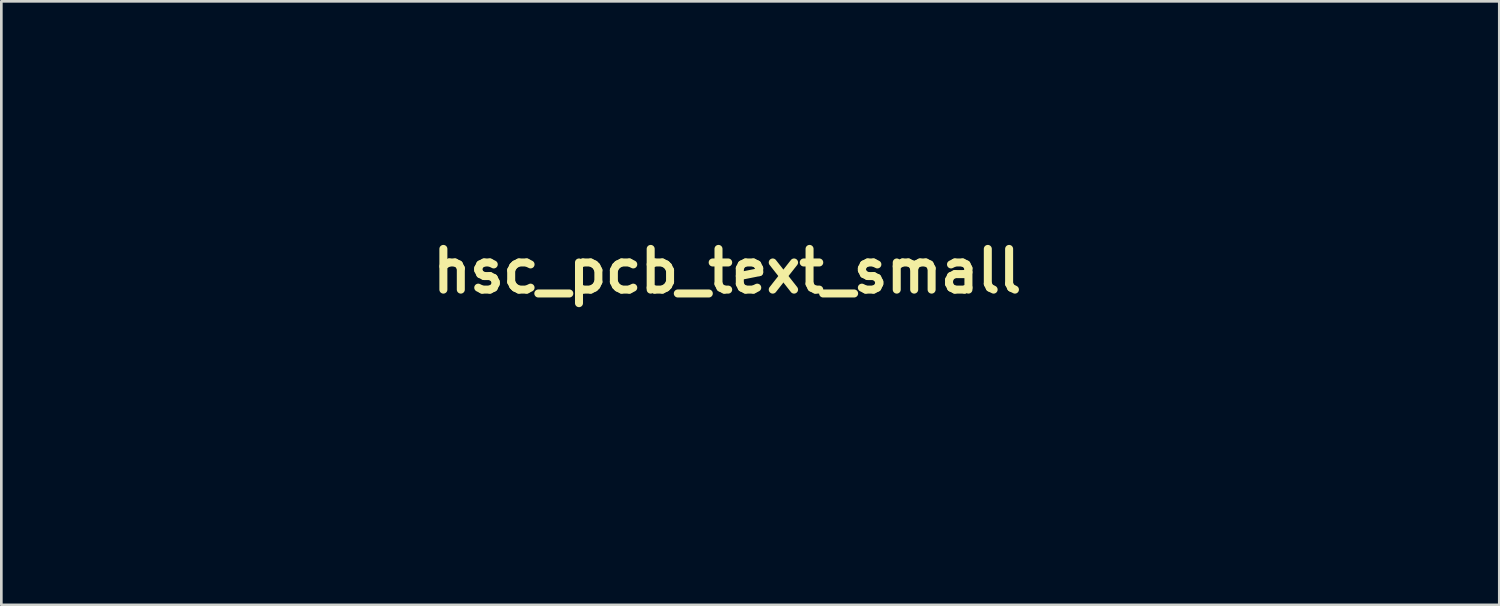
<source format=kicad_pcb>
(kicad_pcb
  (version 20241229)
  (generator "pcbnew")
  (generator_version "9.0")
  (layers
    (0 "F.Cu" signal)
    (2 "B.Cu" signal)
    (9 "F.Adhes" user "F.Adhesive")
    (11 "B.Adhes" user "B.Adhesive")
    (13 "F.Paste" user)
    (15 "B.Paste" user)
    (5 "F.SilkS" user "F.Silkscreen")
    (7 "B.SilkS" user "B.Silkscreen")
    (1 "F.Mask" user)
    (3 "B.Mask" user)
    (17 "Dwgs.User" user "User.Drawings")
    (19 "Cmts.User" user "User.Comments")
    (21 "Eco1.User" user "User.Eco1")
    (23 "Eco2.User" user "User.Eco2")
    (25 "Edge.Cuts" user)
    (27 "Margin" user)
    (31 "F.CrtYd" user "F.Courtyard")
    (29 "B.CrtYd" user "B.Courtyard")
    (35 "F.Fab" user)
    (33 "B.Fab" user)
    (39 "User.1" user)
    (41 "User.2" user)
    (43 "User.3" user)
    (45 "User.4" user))
  (footprint "hsc_pcb_text_small"
    (layer "F.Cu")
    (at 24.189 7.108)
    (property "Reference" "hsc_pcb_text_small" (at 0 0 0) (layer "F.SilkS") (effects (font (size 1.524 1.524) (thickness 0.3))))
    (attr through_hole)
    (fp_poly (pts (xy -8.763 8.248) (xy -8.757 8.304) (xy -8.763 8.311) (xy -8.791 8.304) (xy -8.794 8.28) (xy -8.777 8.241) (xy -8.763 8.248)) (stroke (width 0.01) (type solid)) (fill yes) (layer "F.Mask"))
    (fp_poly (pts (xy 13.83 8.248) (xy 13.836 8.304) (xy 13.83 8.311) (xy 13.803 8.304) (xy 13.799 8.28) (xy 13.816 8.241) (xy 13.83 8.248)) (stroke (width 0.01) (type solid)) (fill yes) (layer "F.Mask"))
    (fp_poly (pts (xy 8.018 6.867) (xy 8.074 6.979) (xy 8.074 7.161) (xy 8.072 7.18) (xy 8.04 7.391) (xy 7.494 7.391) (xy 7.542 7.202) (xy 7.614 7.038) (xy 7.726 6.908) (xy 7.855 6.837) (xy 7.906 6.829) (xy 8.018 6.867)) (stroke (width 0.01) (type solid)) (fill yes) (layer "F.Mask"))
    (fp_poly (pts (xy 18.355 6.867) (xy 18.412 6.979) (xy 18.412 7.161) (xy 18.409 7.18) (xy 18.378 7.391) (xy 17.832 7.391) (xy 17.88 7.202) (xy 17.952 7.038) (xy 18.064 6.908) (xy 18.193 6.837) (xy 18.244 6.829) (xy 18.355 6.867)) (stroke (width 0.01) (type solid)) (fill yes) (layer "F.Mask"))
    (fp_poly (pts (xy 0.103 7.586) (xy 0.268 7.601) (xy 0.202 7.825) (xy 0.129 8.001) (xy 0.024 8.116) (xy -0.014 8.141) (xy -0.126 8.206) (xy -0.194 8.227) (xy -0.253 8.205) (xy -0.305 8.168) (xy -0.36 8.11) (xy -0.37 8.032) (xy -0.349 7.927) (xy -0.262 7.742) (xy -0.119 7.625) (xy 0.065 7.584) (xy 0.103 7.586)) (stroke (width 0.01) (type solid)) (fill yes) (layer "F.Mask"))
    (fp_poly (pts (xy 5.622 7.586) (xy 5.787 7.601) (xy 5.722 7.825) (xy 5.649 8.001) (xy 5.544 8.116) (xy 5.506 8.141) (xy 5.394 8.206) (xy 5.326 8.227) (xy 5.267 8.205) (xy 5.215 8.168) (xy 5.159 8.11) (xy 5.15 8.032) (xy 5.171 7.927) (xy 5.258 7.742) (xy 5.401 7.625) (xy 5.585 7.584) (xy 5.622 7.586)) (stroke (width 0.01) (type solid)) (fill yes) (layer "F.Mask"))
    (fp_poly (pts (xy -11.178 6.899) (xy -11.142 7.028) (xy -11.152 7.23) (xy -11.204 7.505) (xy -11.265 7.742) (xy -11.321 7.903) (xy -11.384 8.007) (xy -11.46 8.071) (xy -11.491 8.087) (xy -11.635 8.134) (xy -11.736 8.116) (xy -11.787 8.07) (xy -11.81 8.018) (xy -11.813 7.931) (xy -11.794 7.791) (xy -11.751 7.58) (xy -11.744 7.544) (xy -11.678 7.274) (xy -11.617 7.084) (xy -11.551 6.958) (xy -11.474 6.884) (xy -11.389 6.848) (xy -11.259 6.841) (xy -11.178 6.899)) (stroke (width 0.01) (type solid)) (fill yes) (layer "F.Mask"))
    (fp_poly (pts (xy -6.896 6.848) (xy -6.825 6.905) (xy -6.8 6.994) (xy -6.803 7.148) (xy -6.83 7.342) (xy -6.874 7.553) (xy -6.932 7.757) (xy -6.997 7.932) (xy -7.064 8.054) (xy -7.089 8.081) (xy -7.234 8.17) (xy -7.36 8.174) (xy -7.428 8.13) (xy -7.465 8.074) (xy -7.48 7.992) (xy -7.472 7.867) (xy -7.44 7.682) (xy -7.387 7.441) (xy -7.33 7.219) (xy -7.278 7.07) (xy -7.22 6.973) (xy -7.17 6.923) (xy -7.02 6.841) (xy -6.896 6.848)) (stroke (width 0.01) (type solid)) (fill yes) (layer "F.Mask"))
    (fp_poly (pts (xy -5.539 6.848) (xy -5.469 6.905) (xy -5.443 6.994) (xy -5.446 7.148) (xy -5.473 7.342) (xy -5.518 7.553) (xy -5.575 7.757) (xy -5.64 7.932) (xy -5.708 8.054) (xy -5.732 8.081) (xy -5.877 8.17) (xy -6.004 8.174) (xy -6.072 8.13) (xy -6.108 8.074) (xy -6.123 7.992) (xy -6.115 7.867) (xy -6.083 7.682) (xy -6.03 7.441) (xy -5.974 7.219) (xy -5.921 7.07) (xy -5.864 6.973) (xy -5.813 6.923) (xy -5.664 6.841) (xy -5.539 6.848)) (stroke (width 0.01) (type solid)) (fill yes) (layer "F.Mask"))
    (fp_poly (pts (xy 2.569 6.892) (xy 2.607 7.009) (xy 2.603 7.199) (xy 2.558 7.466) (xy 2.528 7.601) (xy 2.467 7.821) (xy 2.404 7.97) (xy 2.33 8.068) (xy 2.316 8.08) (xy 2.17 8.17) (xy 2.043 8.173) (xy 1.963 8.114) (xy 1.938 8.064) (xy 1.932 7.985) (xy 1.947 7.859) (xy 1.983 7.667) (xy 2.005 7.566) (xy 2.07 7.291) (xy 2.131 7.096) (xy 2.197 6.966) (xy 2.272 6.888) (xy 2.363 6.848) (xy 2.489 6.84) (xy 2.569 6.892)) (stroke (width 0.01) (type solid)) (fill yes) (layer "F.Mask"))
    (fp_poly (pts (xy 11.394 6.848) (xy 11.465 6.905) (xy 11.49 6.994) (xy 11.487 7.148) (xy 11.46 7.342) (xy 11.416 7.553) (xy 11.358 7.757) (xy 11.293 7.932) (xy 11.226 8.054) (xy 11.201 8.081) (xy 11.056 8.17) (xy 10.93 8.174) (xy 10.862 8.13) (xy 10.825 8.074) (xy 10.81 7.992) (xy 10.818 7.867) (xy 10.85 7.682) (xy 10.903 7.441) (xy 10.96 7.219) (xy 11.012 7.07) (xy 11.069 6.973) (xy 11.12 6.923) (xy 11.269 6.841) (xy 11.394 6.848)) (stroke (width 0.01) (type solid)) (fill yes) (layer "F.Mask"))
    (fp_poly (pts (xy 15.698 6.848) (xy 15.768 6.905) (xy 15.794 6.994) (xy 15.79 7.148) (xy 15.764 7.342) (xy 15.719 7.553) (xy 15.662 7.757) (xy 15.597 7.932) (xy 15.529 8.054) (xy 15.505 8.081) (xy 15.36 8.17) (xy 15.233 8.174) (xy 15.165 8.13) (xy 15.128 8.074) (xy 15.114 7.992) (xy 15.122 7.867) (xy 15.154 7.682) (xy 15.207 7.441) (xy 15.263 7.219) (xy 15.316 7.07) (xy 15.373 6.973) (xy 15.424 6.923) (xy 15.573 6.841) (xy 15.698 6.848)) (stroke (width 0.01) (type solid)) (fill yes) (layer "F.Mask"))
    (fp_poly (pts (xy -8.44 6.7) (xy -8.44 6.753) (xy -8.459 6.88) (xy -8.492 7.066) (xy -8.539 7.294) (xy -8.568 7.433) (xy -8.628 7.701) (xy -8.673 7.891) (xy -8.708 8.016) (xy -8.74 8.09) (xy -8.773 8.126) (xy -8.814 8.138) (xy -8.85 8.139) (xy -8.954 8.123) (xy -9.005 8.091) (xy -9.007 8.03) (xy -8.99 7.896) (xy -8.958 7.708) (xy -8.914 7.485) (xy -8.904 7.436) (xy -8.773 6.829) (xy -8.62 6.829) (xy -8.507 6.815) (xy -8.467 6.764) (xy -8.467 6.752) (xy -8.454 6.698) (xy -8.44 6.7)) (stroke (width 0.01) (type solid)) (fill yes) (layer "F.Mask"))
    (fp_poly (pts (xy 14.153 6.7) (xy 14.153 6.753) (xy 14.135 6.88) (xy 14.101 7.066) (xy 14.055 7.294) (xy 14.025 7.433) (xy 13.966 7.701) (xy 13.921 7.891) (xy 13.885 8.016) (xy 13.853 8.09) (xy 13.82 8.126) (xy 13.78 8.138) (xy 13.744 8.139) (xy 13.64 8.123) (xy 13.588 8.091) (xy 13.587 8.03) (xy 13.603 7.896) (xy 13.635 7.708) (xy 13.679 7.485) (xy 13.69 7.436) (xy 13.821 6.829) (xy 13.974 6.829) (xy 14.086 6.815) (xy 14.126 6.764) (xy 14.127 6.752) (xy 14.139 6.698) (xy 14.153 6.7)) (stroke (width 0.01) (type solid)) (fill yes) (layer "F.Mask"))
    (fp_poly (pts (xy 13.337 0.194) (xy 13.442 0.243) (xy 13.47 0.278) (xy 13.488 0.356) (xy 13.503 0.508) (xy 13.514 0.713) (xy 13.518 0.95) (xy 13.519 1.003) (xy 13.517 1.262) (xy 13.512 1.444) (xy 13.501 1.567) (xy 13.482 1.647) (xy 13.452 1.701) (xy 13.425 1.731) (xy 13.305 1.813) (xy 13.195 1.804) (xy 13.124 1.751) (xy 13.095 1.705) (xy 13.074 1.628) (xy 13.061 1.504) (xy 13.053 1.319) (xy 13.051 1.059) (xy 13.051 0.988) (xy 13.054 0.673) (xy 13.065 0.446) (xy 13.083 0.304) (xy 13.107 0.243) (xy 13.211 0.193) (xy 13.337 0.194)) (stroke (width 0.01) (type solid)) (fill yes) (layer "F.Mask"))
    (fp_poly (pts (xy -18.371 -4.28) (xy -18.355 -4.208) (xy -18.324 -4.059) (xy -18.283 -3.847) (xy -18.233 -3.586) (xy -18.178 -3.29) (xy -18.15 -3.134) (xy -18.093 -2.828) (xy -18.041 -2.55) (xy -17.996 -2.313) (xy -17.961 -2.133) (xy -17.939 -2.024) (xy -17.933 -2) (xy -17.93 -1.962) (xy -17.959 -1.939) (xy -18.035 -1.925) (xy -18.173 -1.919) (xy -18.379 -1.918) (xy -18.849 -1.918) (xy -18.818 -2.07) (xy -18.801 -2.159) (xy -18.794 -2.199) (xy -18.505 -2.199) (xy -18.262 -2.199) (xy -18.308 -2.479) (xy -18.337 -2.627) (xy -18.365 -2.728) (xy -18.383 -2.76) (xy -18.406 -2.718) (xy -18.434 -2.608) (xy -18.459 -2.479) (xy -18.505 -2.199) (xy -18.794 -2.199) (xy -18.77 -2.324) (xy -18.729 -2.552) (xy -18.679 -2.825) (xy -18.624 -3.13) (xy -18.594 -3.298) (xy -18.536 -3.608) (xy -18.483 -3.871) (xy -18.438 -4.078) (xy -18.402 -4.218) (xy -18.379 -4.282) (xy -18.371 -4.28)) (stroke (width 0.01) (type solid)) (fill yes) (layer "F.Mask"))
    (fp_poly (pts (xy -14.398 -5.564) (xy -14.259 -5.554) (xy -14.165 -5.53) (xy -14.089 -5.487) (xy -14.04 -5.448) (xy -13.945 -5.351) (xy -13.876 -5.233) (xy -13.829 -5.078) (xy -13.8 -4.872) (xy -13.786 -4.599) (xy -13.783 -4.345) (xy -13.785 -4.078) (xy -13.791 -3.886) (xy -13.805 -3.75) (xy -13.828 -3.652) (xy -13.862 -3.574) (xy -13.873 -3.555) (xy -13.986 -3.396) (xy -14.117 -3.291) (xy -14.291 -3.228) (xy -14.528 -3.195) (xy -14.592 -3.191) (xy -14.969 -3.169) (xy -14.969 -3.449) (xy -14.688 -3.449) (xy -14.466 -3.478) (xy -14.275 -3.528) (xy -14.162 -3.607) (xy -14.112 -3.7) (xy -14.085 -3.845) (xy -14.076 -4.04) (xy -14.074 -4.414) (xy -14.08 -4.705) (xy -14.096 -4.923) (xy -14.126 -5.079) (xy -14.173 -5.182) (xy -14.242 -5.244) (xy -14.335 -5.275) (xy -14.456 -5.285) (xy -14.489 -5.285) (xy -14.688 -5.286) (xy -14.688 -3.449) (xy -14.969 -3.449) (xy -14.969 -3.799) (xy -14.971 -4.104) (xy -14.979 -4.443) (xy -14.989 -4.771) (xy -14.999 -4.998) (xy -15.03 -5.566) (xy -14.605 -5.566) (xy -14.398 -5.564)) (stroke (width 0.01) (type solid)) (fill yes) (layer "F.Mask"))
    (fp_poly (pts (xy -10.515 -5.611) (xy -10.377 -5.6) (xy -10.282 -5.576) (xy -10.207 -5.534) (xy -10.157 -5.495) (xy -10.063 -5.398) (xy -9.993 -5.28) (xy -9.946 -5.125) (xy -9.917 -4.919) (xy -9.903 -4.646) (xy -9.901 -4.392) (xy -9.902 -4.125) (xy -9.909 -3.933) (xy -9.922 -3.797) (xy -9.945 -3.699) (xy -9.98 -3.621) (xy -9.99 -3.602) (xy -10.103 -3.443) (xy -10.235 -3.338) (xy -10.408 -3.274) (xy -10.646 -3.242) (xy -10.71 -3.237) (xy -11.086 -3.216) (xy -11.086 -3.496) (xy -10.806 -3.496) (xy -10.583 -3.525) (xy -10.392 -3.575) (xy -10.279 -3.654) (xy -10.23 -3.747) (xy -10.203 -3.892) (xy -10.194 -4.086) (xy -10.192 -4.461) (xy -10.197 -4.751) (xy -10.213 -4.97) (xy -10.243 -5.125) (xy -10.291 -5.229) (xy -10.36 -5.291) (xy -10.453 -5.322) (xy -10.574 -5.332) (xy -10.607 -5.332) (xy -10.806 -5.333) (xy -10.806 -3.496) (xy -11.086 -3.496) (xy -11.086 -3.846) (xy -11.089 -4.151) (xy -11.096 -4.49) (xy -11.107 -4.818) (xy -11.117 -5.045) (xy -11.147 -5.613) (xy -10.723 -5.613) (xy -10.515 -5.611)) (stroke (width 0.01) (type solid)) (fill yes) (layer "F.Mask"))
    (fp_poly (pts (xy -17.007 6.156) (xy -16.87 6.234) (xy -16.8 6.348) (xy -16.794 6.397) (xy -16.804 6.47) (xy -16.832 6.615) (xy -16.873 6.816) (xy -16.925 7.053) (xy -16.952 7.173) (xy -17.026 7.488) (xy -17.094 7.723) (xy -17.162 7.89) (xy -17.239 8.003) (xy -17.334 8.072) (xy -17.454 8.11) (xy -17.584 8.128) (xy -17.721 8.134) (xy -17.806 8.122) (xy -17.822 8.107) (xy -17.812 8.05) (xy -17.785 7.916) (xy -17.761 7.804) (xy -17.447 7.804) (xy -17.444 7.812) (xy -17.407 7.772) (xy -17.365 7.675) (xy -17.36 7.66) (xy -17.33 7.553) (xy -17.287 7.38) (xy -17.236 7.167) (xy -17.192 6.974) (xy -17.137 6.713) (xy -17.106 6.535) (xy -17.1 6.433) (xy -17.118 6.401) (xy -17.148 6.42) (xy -17.17 6.476) (xy -17.205 6.601) (xy -17.248 6.775) (xy -17.295 6.98) (xy -17.342 7.197) (xy -17.384 7.407) (xy -17.419 7.591) (xy -17.441 7.73) (xy -17.447 7.804) (xy -17.761 7.804) (xy -17.743 7.719) (xy -17.69 7.474) (xy -17.628 7.195) (xy -17.612 7.12) (xy -17.548 6.836) (xy -17.493 6.584) (xy -17.448 6.378) (xy -17.416 6.231) (xy -17.402 6.158) (xy -17.401 6.153) (xy -17.359 6.138) (xy -17.253 6.129) (xy -17.191 6.128) (xy -17.007 6.156)) (stroke (width 0.01) (type solid)) (fill yes) (layer "F.Mask"))
    (fp_poly (pts (xy 6.853 -5.649) (xy 6.969 -5.604) (xy 7.094 -5.505) (xy 7.099 -5.5) (xy 7.274 -5.34) (xy 7.311 -3.687) (xy 7.324 -3.085) (xy 7.332 -2.569) (xy 7.337 -2.133) (xy 7.336 -1.771) (xy 7.331 -1.476) (xy 7.322 -1.241) (xy 7.307 -1.06) (xy 7.287 -0.926) (xy 7.262 -0.832) (xy 7.236 -0.779) (xy 7.071 -0.605) (xy 6.865 -0.509) (xy 6.635 -0.495) (xy 6.423 -0.557) (xy 6.347 -0.593) (xy 6.283 -0.629) (xy 6.23 -0.673) (xy 6.187 -0.735) (xy 6.153 -0.821) (xy 6.127 -0.94) (xy 6.107 -1.1) (xy 6.092 -1.31) (xy 6.08 -1.578) (xy 6.072 -1.912) (xy 6.064 -2.321) (xy 6.057 -2.811) (xy 6.054 -3) (xy 6.047 -3.53) (xy 6.042 -3.975) (xy 6.04 -4.343) (xy 6.04 -4.361) (xy 6.347 -4.361) (xy 6.348 -4.032) (xy 6.35 -3.627) (xy 6.354 -3.138) (xy 6.355 -3.07) (xy 6.36 -2.503) (xy 6.366 -2.026) (xy 6.374 -1.637) (xy 6.383 -1.333) (xy 6.394 -1.11) (xy 6.407 -0.967) (xy 6.421 -0.899) (xy 6.423 -0.895) (xy 6.509 -0.825) (xy 6.571 -0.793) (xy 6.648 -0.761) (xy 6.67 -0.751) (xy 6.713 -0.763) (xy 6.809 -0.795) (xy 6.821 -0.799) (xy 6.941 -0.87) (xy 7.008 -0.996) (xy 7.013 -1.013) (xy 7.023 -1.103) (xy 7.031 -1.279) (xy 7.037 -1.537) (xy 7.039 -1.869) (xy 7.038 -2.269) (xy 7.035 -2.732) (xy 7.03 -3.192) (xy 7.023 -3.681) (xy 7.016 -4.085) (xy 7.01 -4.412) (xy 7.003 -4.672) (xy 6.995 -4.872) (xy 6.986 -5.021) (xy 6.975 -5.128) (xy 6.962 -5.202) (xy 6.946 -5.25) (xy 6.927 -5.281) (xy 6.915 -5.293) (xy 6.785 -5.365) (xy 6.625 -5.375) (xy 6.479 -5.324) (xy 6.427 -5.28) (xy 6.406 -5.254) (xy 6.389 -5.218) (xy 6.375 -5.166) (xy 6.364 -5.089) (xy 6.356 -4.979) (xy 6.351 -4.826) (xy 6.348 -4.623) (xy 6.347 -4.361) (xy 6.04 -4.361) (xy 6.042 -4.642) (xy 6.049 -4.881) (xy 6.062 -5.067) (xy 6.081 -5.21) (xy 6.108 -5.316) (xy 6.143 -5.395) (xy 6.187 -5.455) (xy 6.241 -5.504) (xy 6.305 -5.55) (xy 6.31 -5.553) (xy 6.499 -5.638) (xy 6.697 -5.66) (xy 6.853 -5.649)) (stroke (width 0.01) (type solid)) (fill yes) (layer "F.Mask"))
    (fp_poly (pts (xy -11.466 -6.918) (xy -11.141 -6.913) (xy -10.733 -6.904) (xy -10.405 -6.89) (xy -10.143 -6.866) (xy -9.933 -6.829) (xy -9.761 -6.777) (xy -9.615 -6.705) (xy -9.479 -6.609) (xy -9.34 -6.487) (xy -9.289 -6.438) (xy -9.096 -6.227) (xy -8.946 -6.009) (xy -8.834 -5.768) (xy -8.755 -5.486) (xy -8.703 -5.149) (xy -8.672 -4.739) (xy -8.668 -4.63) (xy -8.66 -4.2) (xy -8.675 -3.843) (xy -8.715 -3.54) (xy -8.783 -3.272) (xy -8.882 -3.02) (xy -8.918 -2.945) (xy -9.141 -2.596) (xy -9.421 -2.32) (xy -9.752 -2.12) (xy -10.128 -2.001) (xy -10.506 -1.965) (xy -10.806 -1.965) (xy -10.806 -0.655) (xy -10.805 -0.241) (xy -10.807 0.088) (xy -10.814 0.343) (xy -10.83 0.533) (xy -10.859 0.668) (xy -10.903 0.757) (xy -10.967 0.809) (xy -11.053 0.834) (xy -11.166 0.842) (xy -11.309 0.843) (xy -11.355 0.843) (xy -11.556 0.846) (xy -11.742 0.853) (xy -11.875 0.864) (xy -11.881 0.865) (xy -12.023 0.868) (xy -12.142 0.846) (xy -12.145 0.845) (xy -12.19 0.826) (xy -12.23 0.808) (xy -12.264 0.784) (xy -12.293 0.748) (xy -12.317 0.694) (xy -12.337 0.616) (xy -12.346 0.561) (xy -12.115 0.561) (xy -11.086 0.561) (xy -11.086 -2.245) (xy -10.644 -2.245) (xy -10.256 -2.269) (xy -9.936 -2.344) (xy -9.672 -2.474) (xy -9.5 -2.612) (xy -9.294 -2.851) (xy -9.138 -3.125) (xy -9.029 -3.447) (xy -8.963 -3.828) (xy -8.937 -4.282) (xy -8.936 -4.397) (xy -8.951 -4.889) (xy -8.997 -5.295) (xy -9.074 -5.618) (xy -9.121 -5.74) (xy -9.258 -5.968) (xy -9.454 -6.194) (xy -9.68 -6.388) (xy -9.883 -6.509) (xy -9.971 -6.546) (xy -10.057 -6.574) (xy -10.157 -6.594) (xy -10.286 -6.609) (xy -10.459 -6.619) (xy -10.69 -6.626) (xy -10.994 -6.632) (xy -11.121 -6.634) (xy -12.115 -6.649) (xy -12.115 0.561) (xy -12.346 0.561) (xy -12.354 0.507) (xy -12.367 0.361) (xy -12.377 0.173) (xy -12.384 -0.063) (xy -12.39 -0.355) (xy -12.393 -0.708) (xy -12.395 -1.128) (xy -12.396 -1.621) (xy -12.396 -2.193) (xy -12.396 -2.852) (xy -12.396 -3.074) (xy -12.396 -3.745) (xy -12.396 -4.329) (xy -12.395 -4.832) (xy -12.394 -5.26) (xy -12.392 -5.62) (xy -12.39 -5.917) (xy -12.386 -6.159) (xy -12.382 -6.35) (xy -12.376 -6.499) (xy -12.368 -6.61) (xy -12.359 -6.69) (xy -12.348 -6.746) (xy -12.336 -6.783) (xy -12.321 -6.809) (xy -12.303 -6.828) (xy -12.299 -6.833) (xy -12.264 -6.865) (xy -12.221 -6.888) (xy -12.159 -6.905) (xy -12.065 -6.915) (xy -11.927 -6.92) (xy -11.731 -6.921) (xy -11.466 -6.918)) (stroke (width 0.01) (type solid)) (fill yes) (layer "F.Mask"))
    (fp_poly (pts (xy 6.823 -7.007) (xy 7.233 -6.939) (xy 7.606 -6.79) (xy 7.933 -6.568) (xy 8.203 -6.28) (xy 8.408 -5.935) (xy 8.536 -5.551) (xy 8.554 -5.462) (xy 8.568 -5.358) (xy 8.579 -5.232) (xy 8.588 -5.073) (xy 8.595 -4.875) (xy 8.599 -4.627) (xy 8.601 -4.321) (xy 8.601 -3.949) (xy 8.6 -3.502) (xy 8.598 -2.972) (xy 8.597 -2.9) (xy 8.594 -2.375) (xy 8.591 -1.935) (xy 8.588 -1.572) (xy 8.584 -1.276) (xy 8.579 -1.04) (xy 8.572 -0.854) (xy 8.563 -0.71) (xy 8.552 -0.6) (xy 8.539 -0.514) (xy 8.522 -0.445) (xy 8.502 -0.384) (xy 8.477 -0.322) (xy 8.474 -0.314) (xy 8.34 -0.065) (xy 8.145 0.19) (xy 7.915 0.42) (xy 7.678 0.597) (xy 7.636 0.621) (xy 7.45 0.705) (xy 7.223 0.782) (xy 6.989 0.844) (xy 6.784 0.879) (xy 6.689 0.884) (xy 6.582 0.873) (xy 6.422 0.846) (xy 6.276 0.817) (xy 6.075 0.76) (xy 5.874 0.682) (xy 5.763 0.626) (xy 5.544 0.472) (xy 5.327 0.275) (xy 5.139 0.065) (xy 5.009 -0.132) (xy 4.958 -0.235) (xy 4.916 -0.335) (xy 4.88 -0.44) (xy 4.851 -0.559) (xy 4.828 -0.701) (xy 4.81 -0.874) (xy 4.796 -1.088) (xy 4.786 -1.351) (xy 4.779 -1.671) (xy 4.776 -1.863) (xy 5.056 -1.863) (xy 5.057 -1.562) (xy 5.06 -1.32) (xy 5.065 -1.127) (xy 5.072 -0.975) (xy 5.082 -0.856) (xy 5.094 -0.761) (xy 5.11 -0.681) (xy 5.129 -0.607) (xy 5.144 -0.555) (xy 5.227 -0.334) (xy 5.339 -0.147) (xy 5.48 0.023) (xy 5.784 0.294) (xy 6.119 0.477) (xy 6.478 0.57) (xy 6.86 0.573) (xy 7.25 0.488) (xy 7.521 0.361) (xy 7.78 0.173) (xy 7.993 -0.049) (xy 8.05 -0.131) (xy 8.111 -0.228) (xy 8.162 -0.319) (xy 8.205 -0.412) (xy 8.239 -0.515) (xy 8.266 -0.638) (xy 8.287 -0.788) (xy 8.303 -0.975) (xy 8.313 -1.206) (xy 8.319 -1.49) (xy 8.321 -1.836) (xy 8.321 -2.253) (xy 8.319 -2.748) (xy 8.317 -3.165) (xy 8.303 -5.496) (xy 8.157 -5.8) (xy 7.956 -6.132) (xy 7.701 -6.392) (xy 7.394 -6.585) (xy 7.26 -6.645) (xy 7.139 -6.683) (xy 7 -6.704) (xy 6.816 -6.712) (xy 6.666 -6.713) (xy 6.446 -6.711) (xy 6.291 -6.701) (xy 6.171 -6.676) (xy 6.056 -6.632) (xy 5.918 -6.561) (xy 5.902 -6.552) (xy 5.587 -6.333) (xy 5.338 -6.051) (xy 5.181 -5.773) (xy 5.157 -5.72) (xy 5.137 -5.666) (xy 5.121 -5.604) (xy 5.107 -5.525) (xy 5.096 -5.421) (xy 5.088 -5.283) (xy 5.081 -5.103) (xy 5.076 -4.873) (xy 5.072 -4.584) (xy 5.068 -4.228) (xy 5.065 -3.796) (xy 5.062 -3.28) (xy 5.062 -3.206) (xy 5.059 -2.677) (xy 5.057 -2.232) (xy 5.056 -1.863) (xy 4.776 -1.863) (xy 4.774 -2.058) (xy 4.771 -2.521) (xy 4.768 -3.067) (xy 4.768 -3.123) (xy 4.767 -3.644) (xy 4.766 -4.081) (xy 4.766 -4.441) (xy 4.767 -4.734) (xy 4.77 -4.969) (xy 4.775 -5.155) (xy 4.783 -5.299) (xy 4.793 -5.412) (xy 4.806 -5.501) (xy 4.823 -5.576) (xy 4.843 -5.645) (xy 4.862 -5.703) (xy 5.043 -6.103) (xy 5.285 -6.434) (xy 5.585 -6.694) (xy 5.936 -6.879) (xy 6.335 -6.985) (xy 6.775 -7.01) (xy 6.823 -7.007)) (stroke (width 0.01) (type solid)) (fill yes) (layer "F.Mask"))
    (fp_poly (pts (xy -5.325 -6.922) (xy -5.145 -6.916) (xy -5.024 -6.905) (xy -4.946 -6.885) (xy -4.892 -6.854) (xy -4.865 -6.829) (xy -4.795 -6.731) (xy -4.771 -6.651) (xy -4.785 -6.591) (xy -4.824 -6.45) (xy -4.887 -6.239) (xy -4.969 -5.966) (xy -5.068 -5.641) (xy -5.182 -5.274) (xy -5.308 -4.872) (xy -5.426 -4.497) (xy -6.081 -2.428) (xy -6.081 -0.87) (xy -6.081 -0.446) (xy -6.083 -0.105) (xy -6.085 0.162) (xy -6.09 0.365) (xy -6.097 0.513) (xy -6.107 0.617) (xy -6.121 0.686) (xy -6.138 0.73) (xy -6.16 0.758) (xy -6.167 0.765) (xy -6.219 0.797) (xy -6.3 0.82) (xy -6.427 0.834) (xy -6.617 0.84) (xy -6.861 0.842) (xy -7.113 0.841) (xy -7.288 0.836) (xy -7.405 0.824) (xy -7.479 0.804) (xy -7.53 0.773) (xy -7.559 0.744) (xy -7.583 0.712) (xy -7.602 0.669) (xy -7.618 0.604) (xy -7.631 0.509) (xy -7.641 0.373) (xy -7.649 0.186) (xy -7.656 -0.061) (xy -7.663 -0.377) (xy -7.67 -0.773) (xy -7.673 -0.975) (xy -7.698 -2.596) (xy -8.345 -4.559) (xy -8.481 -4.972) (xy -8.606 -5.361) (xy -8.72 -5.716) (xy -8.817 -6.027) (xy -8.896 -6.284) (xy -8.953 -6.479) (xy -8.982 -6.585) (xy -8.7 -6.585) (xy -8.686 -6.53) (xy -8.645 -6.394) (xy -8.582 -6.189) (xy -8.498 -5.922) (xy -8.396 -5.602) (xy -8.28 -5.24) (xy -8.152 -4.845) (xy -8.045 -4.516) (xy -7.391 -2.506) (xy -7.391 -1.541) (xy -7.389 -1.202) (xy -7.385 -0.851) (xy -7.378 -0.514) (xy -7.369 -0.219) (xy -7.36 -0.007) (xy -7.33 0.561) (xy -6.362 0.561) (xy -6.362 -2.472) (xy -5.707 -4.537) (xy -5.574 -4.958) (xy -5.45 -5.35) (xy -5.337 -5.706) (xy -5.24 -6.016) (xy -5.16 -6.272) (xy -5.1 -6.464) (xy -5.063 -6.584) (xy -5.052 -6.623) (xy -5.096 -6.631) (xy -5.214 -6.637) (xy -5.389 -6.641) (xy -5.584 -6.642) (xy -6.115 -6.642) (xy -6.235 -6.21) (xy -6.285 -6.025) (xy -6.354 -5.773) (xy -6.433 -5.476) (xy -6.519 -5.159) (xy -6.6 -4.853) (xy -6.676 -4.575) (xy -6.745 -4.33) (xy -6.803 -4.133) (xy -6.847 -3.996) (xy -6.872 -3.932) (xy -6.875 -3.929) (xy -6.894 -3.973) (xy -6.935 -4.095) (xy -6.993 -4.286) (xy -7.066 -4.533) (xy -7.151 -4.827) (xy -7.243 -5.156) (xy -7.276 -5.274) (xy -7.648 -6.619) (xy -8.174 -6.632) (xy -8.415 -6.636) (xy -8.574 -6.631) (xy -8.664 -6.617) (xy -8.699 -6.593) (xy -8.7 -6.585) (xy -8.982 -6.585) (xy -8.986 -6.601) (xy -8.993 -6.638) (xy -8.977 -6.744) (xy -8.923 -6.822) (xy -8.818 -6.874) (xy -8.651 -6.906) (xy -8.41 -6.92) (xy -8.191 -6.923) (xy -7.914 -6.92) (xy -7.716 -6.909) (xy -7.585 -6.889) (xy -7.508 -6.859) (xy -7.503 -6.856) (xy -7.461 -6.805) (xy -7.411 -6.703) (xy -7.351 -6.54) (xy -7.278 -6.307) (xy -7.188 -5.994) (xy -7.154 -5.874) (xy -7.077 -5.597) (xy -7.006 -5.354) (xy -6.947 -5.158) (xy -6.903 -5.023) (xy -6.879 -4.961) (xy -6.877 -4.959) (xy -6.858 -5.002) (xy -6.82 -5.122) (xy -6.768 -5.305) (xy -6.703 -5.537) (xy -6.632 -5.805) (xy -6.624 -5.836) (xy -6.526 -6.197) (xy -6.44 -6.482) (xy -6.368 -6.685) (xy -6.312 -6.802) (xy -6.3 -6.818) (xy -6.256 -6.86) (xy -6.203 -6.89) (xy -6.123 -6.908) (xy -6 -6.918) (xy -5.817 -6.922) (xy -5.582 -6.923) (xy -5.325 -6.922)) (stroke (width 0.01) (type solid)) (fill yes) (layer "F.Mask"))
    (fp_poly (pts (xy 3.712 -6.97) (xy 3.738 -6.97) (xy 3.987 -6.969) (xy 4.16 -6.963) (xy 4.275 -6.952) (xy 4.348 -6.931) (xy 4.398 -6.898) (xy 4.425 -6.871) (xy 4.441 -6.85) (xy 4.455 -6.822) (xy 4.468 -6.78) (xy 4.478 -6.718) (xy 4.487 -6.63) (xy 4.495 -6.509) (xy 4.501 -6.35) (xy 4.506 -6.145) (xy 4.511 -5.89) (xy 4.514 -5.577) (xy 4.517 -5.201) (xy 4.52 -4.754) (xy 4.522 -4.232) (xy 4.525 -3.627) (xy 4.527 -3.083) (xy 4.529 -2.409) (xy 4.531 -1.823) (xy 4.532 -1.317) (xy 4.532 -0.886) (xy 4.532 -0.524) (xy 4.53 -0.224) (xy 4.527 0.019) (xy 4.523 0.213) (xy 4.518 0.363) (xy 4.511 0.476) (xy 4.503 0.558) (xy 4.492 0.614) (xy 4.48 0.652) (xy 4.465 0.678) (xy 4.448 0.697) (xy 4.445 0.701) (xy 4.397 0.74) (xy 4.334 0.767) (xy 4.24 0.783) (xy 4.095 0.792) (xy 3.884 0.795) (xy 3.749 0.795) (xy 3.499 0.794) (xy 3.325 0.789) (xy 3.21 0.777) (xy 3.136 0.756) (xy 3.086 0.724) (xy 3.061 0.698) (xy 3.036 0.666) (xy 3.017 0.62) (xy 3.001 0.552) (xy 2.989 0.451) (xy 2.979 0.307) (xy 2.972 0.11) (xy 2.966 -0.15) (xy 2.96 -0.484) (xy 2.955 -0.892) (xy 2.936 -2.386) (xy 2.386 -2.386) (xy 2.386 -0.889) (xy 2.386 -0.447) (xy 2.385 -0.09) (xy 2.38 0.191) (xy 2.368 0.406) (xy 2.345 0.563) (xy 2.31 0.671) (xy 2.259 0.74) (xy 2.189 0.778) (xy 2.097 0.794) (xy 1.981 0.797) (xy 1.837 0.796) (xy 1.836 0.796) (xy 1.635 0.799) (xy 1.449 0.807) (xy 1.316 0.818) (xy 1.31 0.818) (xy 1.168 0.822) (xy 1.05 0.799) (xy 1.046 0.798) (xy 1.001 0.779) (xy 0.961 0.761) (xy 0.927 0.737) (xy 0.898 0.701) (xy 0.874 0.647) (xy 0.854 0.569) (xy 0.837 0.46) (xy 0.824 0.315) (xy 0.814 0.127) (xy 0.807 -0.11) (xy 0.802 -0.402) (xy 0.798 -0.755) (xy 0.796 -1.175) (xy 0.795 -1.668) (xy 0.795 -2.24) (xy 0.795 -2.898) (xy 0.795 -3.121) (xy 0.795 -3.792) (xy 0.796 -4.377) (xy 0.796 -4.88) (xy 0.797 -5.308) (xy 0.799 -5.668) (xy 0.802 -5.965) (xy 0.805 -6.207) (xy 0.81 -6.398) (xy 0.816 -6.547) (xy 0.823 -6.658) (xy 0.827 -6.689) (xy 1.076 -6.689) (xy 1.076 0.515) (xy 2.105 0.515) (xy 2.105 -2.666) (xy 3.228 -2.666) (xy 3.228 -1.883) (xy 3.23 -1.541) (xy 3.236 -1.148) (xy 3.245 -0.747) (xy 3.255 -0.382) (xy 3.259 -0.292) (xy 3.289 0.515) (xy 4.257 0.515) (xy 4.257 -6.689) (xy 3.228 -6.689) (xy 3.228 -3.602) (xy 2.12 -3.602) (xy 2.089 -4.592) (xy 2.079 -4.932) (xy 2.071 -5.282) (xy 2.064 -5.617) (xy 2.06 -5.909) (xy 2.058 -6.135) (xy 2.058 -6.689) (xy 1.076 -6.689) (xy 0.827 -6.689) (xy 0.832 -6.738) (xy 0.843 -6.794) (xy 0.856 -6.831) (xy 0.871 -6.856) (xy 0.888 -6.875) (xy 0.889 -6.876) (xy 0.937 -6.916) (xy 1.001 -6.942) (xy 1.099 -6.958) (xy 1.247 -6.967) (xy 1.465 -6.97) (xy 1.567 -6.97) (xy 1.809 -6.97) (xy 1.993 -6.965) (xy 2.127 -6.942) (xy 2.219 -6.89) (xy 2.279 -6.798) (xy 2.315 -6.655) (xy 2.334 -6.449) (xy 2.346 -6.17) (xy 2.354 -5.913) (xy 2.365 -5.583) (xy 2.374 -5.236) (xy 2.381 -4.903) (xy 2.385 -4.612) (xy 2.386 -4.456) (xy 2.386 -3.883) (xy 2.947 -3.883) (xy 2.947 -5.303) (xy 2.946 -5.742) (xy 2.947 -6.097) (xy 2.953 -6.377) (xy 2.969 -6.59) (xy 2.998 -6.745) (xy 3.047 -6.852) (xy 3.117 -6.919) (xy 3.215 -6.955) (xy 3.344 -6.97) (xy 3.508 -6.972) (xy 3.712 -6.97)) (stroke (width 0.01) (type solid)) (fill yes) (layer "F.Mask"))
    (fp_poly (pts (xy -1.071 -6.992) (xy -0.9 -6.983) (xy -0.77 -6.965) (xy -0.654 -6.93) (xy -0.526 -6.876) (xy -0.468 -6.848) (xy -0.104 -6.626) (xy 0.192 -6.342) (xy 0.418 -6.002) (xy 0.569 -5.611) (xy 0.643 -5.175) (xy 0.647 -4.835) (xy 0.632 -4.638) (xy 0.601 -4.497) (xy 0.541 -4.402) (xy 0.437 -4.345) (xy 0.276 -4.315) (xy 0.045 -4.305) (xy -0.148 -4.303) (xy -0.386 -4.305) (xy -0.55 -4.31) (xy -0.658 -4.323) (xy -0.73 -4.347) (xy -0.785 -4.385) (xy -0.821 -4.418) (xy -0.889 -4.504) (xy -0.924 -4.607) (xy -0.935 -4.761) (xy -0.936 -4.804) (xy -0.957 -5.04) (xy -1.023 -5.219) (xy -1.03 -5.23) (xy -1.101 -5.329) (xy -1.176 -5.369) (xy -1.296 -5.372) (xy -1.321 -5.37) (xy -1.453 -5.346) (xy -1.543 -5.285) (xy -1.599 -5.174) (xy -1.628 -4.999) (xy -1.636 -4.746) (xy -1.637 -4.736) (xy -1.633 -4.531) (xy -1.618 -4.397) (xy -1.588 -4.312) (xy -1.552 -4.265) (xy -1.48 -4.217) (xy -1.338 -4.143) (xy -1.146 -4.051) (xy -0.92 -3.949) (xy -0.815 -3.905) (xy -0.553 -3.792) (xy -0.357 -3.701) (xy -0.209 -3.62) (xy -0.088 -3.536) (xy 0.026 -3.439) (xy 0.124 -3.344) (xy 0.29 -3.161) (xy 0.417 -2.975) (xy 0.51 -2.769) (xy 0.574 -2.524) (xy 0.615 -2.225) (xy 0.64 -1.853) (xy 0.643 -1.773) (xy 0.643 -1.251) (xy 0.601 -0.804) (xy 0.514 -0.422) (xy 0.38 -0.096) (xy 0.195 0.185) (xy 0.108 0.285) (xy -0.148 0.522) (xy -0.414 0.686) (xy -0.721 0.795) (xy -0.825 0.819) (xy -1.095 0.867) (xy -1.321 0.88) (xy -1.545 0.86) (xy -1.731 0.823) (xy -2.011 0.746) (xy -2.237 0.645) (xy -2.447 0.501) (xy -2.626 0.341) (xy -2.903 0.026) (xy -3.1 -0.319) (xy -3.222 -0.706) (xy -3.272 -1.146) (xy -3.274 -1.267) (xy -3.27 -1.449) (xy -3.256 -1.544) (xy -3.006 -1.544) (xy -2.984 -1.107) (xy -2.962 -0.845) (xy -2.925 -0.642) (xy -2.866 -0.465) (xy -2.842 -0.411) (xy -2.64 -0.072) (xy -2.375 0.206) (xy -2.059 0.413) (xy -1.703 0.541) (xy -1.685 0.545) (xy -1.511 0.581) (xy -1.385 0.598) (xy -1.27 0.598) (xy -1.128 0.581) (xy -0.989 0.559) (xy -0.622 0.464) (xy -0.315 0.304) (xy -0.067 0.079) (xy 0.125 -0.214) (xy 0.26 -0.578) (xy 0.341 -1.014) (xy 0.369 -1.525) (xy 0.361 -1.838) (xy 0.338 -2.18) (xy 0.298 -2.451) (xy 0.237 -2.674) (xy 0.148 -2.871) (xy 0.066 -3.008) (xy -0.032 -3.131) (xy -0.165 -3.246) (xy -0.345 -3.363) (xy -0.584 -3.489) (xy -0.895 -3.63) (xy -1.059 -3.7) (xy -1.364 -3.834) (xy -1.591 -3.952) (xy -1.751 -4.071) (xy -1.854 -4.205) (xy -1.91 -4.37) (xy -1.931 -4.579) (xy -1.926 -4.847) (xy -1.923 -4.912) (xy -1.879 -5.209) (xy -1.78 -5.433) (xy -1.63 -5.582) (xy -1.428 -5.653) (xy -1.332 -5.66) (xy -1.088 -5.629) (xy -0.903 -5.533) (xy -0.773 -5.367) (xy -0.694 -5.126) (xy -0.665 -4.907) (xy -0.642 -4.584) (xy 0.387 -4.584) (xy 0.364 -5.05) (xy 0.349 -5.285) (xy 0.326 -5.459) (xy 0.287 -5.604) (xy 0.225 -5.753) (xy 0.193 -5.819) (xy -0.008 -6.133) (xy -0.269 -6.396) (xy -0.572 -6.592) (xy -0.692 -6.644) (xy -0.974 -6.714) (xy -1.292 -6.736) (xy -1.615 -6.711) (xy -1.906 -6.64) (xy -2.038 -6.584) (xy -2.329 -6.383) (xy -2.574 -6.108) (xy -2.765 -5.771) (xy -2.894 -5.384) (xy -2.905 -5.333) (xy -2.932 -5.121) (xy -2.94 -4.854) (xy -2.933 -4.562) (xy -2.91 -4.276) (xy -2.874 -4.025) (xy -2.832 -3.859) (xy -2.737 -3.626) (xy -2.617 -3.431) (xy -2.461 -3.261) (xy -2.254 -3.105) (xy -1.984 -2.952) (xy -1.638 -2.791) (xy -1.574 -2.763) (xy -1.292 -2.64) (xy -1.085 -2.542) (xy -0.937 -2.46) (xy -0.837 -2.387) (xy -0.771 -2.312) (xy -0.725 -2.228) (xy -0.719 -2.214) (xy -0.686 -2.081) (xy -0.665 -1.882) (xy -0.654 -1.643) (xy -0.655 -1.391) (xy -0.666 -1.152) (xy -0.688 -0.953) (xy -0.721 -0.821) (xy -0.842 -0.641) (xy -1.023 -0.532) (xy -1.256 -0.494) (xy -1.523 -0.525) (xy -1.727 -0.624) (xy -1.868 -0.794) (xy -1.947 -1.032) (xy -1.965 -1.258) (xy -1.965 -1.544) (xy -3.006 -1.544) (xy -3.256 -1.544) (xy -3.252 -1.566) (xy -3.213 -1.648) (xy -3.16 -1.709) (xy -3.106 -1.758) (xy -3.047 -1.791) (xy -2.964 -1.81) (xy -2.838 -1.82) (xy -2.65 -1.824) (xy -2.486 -1.824) (xy -2.206 -1.821) (xy -2.004 -1.806) (xy -1.867 -1.768) (xy -1.78 -1.699) (xy -1.729 -1.588) (xy -1.699 -1.426) (xy -1.684 -1.291) (xy -1.653 -1.061) (xy -1.605 -0.909) (xy -1.53 -0.821) (xy -1.417 -0.783) (xy -1.3 -0.779) (xy -1.162 -0.792) (xy -1.064 -0.835) (xy -0.998 -0.918) (xy -0.959 -1.056) (xy -0.941 -1.261) (xy -0.936 -1.537) (xy -0.94 -1.758) (xy -0.948 -1.946) (xy -0.961 -2.081) (xy -0.974 -2.14) (xy -1.028 -2.179) (xy -1.152 -2.247) (xy -1.33 -2.337) (xy -1.547 -2.44) (xy -1.679 -2.5) (xy -1.93 -2.619) (xy -2.167 -2.74) (xy -2.37 -2.852) (xy -2.517 -2.944) (xy -2.557 -2.974) (xy -2.796 -3.209) (xy -2.976 -3.482) (xy -3.103 -3.805) (xy -3.182 -4.19) (xy -3.215 -4.547) (xy -3.218 -4.979) (xy -3.178 -5.359) (xy -3.088 -5.72) (xy -3.032 -5.883) (xy -2.912 -6.112) (xy -2.73 -6.353) (xy -2.509 -6.58) (xy -2.273 -6.768) (xy -2.113 -6.863) (xy -1.989 -6.92) (xy -1.878 -6.958) (xy -1.755 -6.98) (xy -1.596 -6.99) (xy -1.374 -6.993) (xy -1.31 -6.993) (xy -1.071 -6.992)) (stroke (width 0.01) (type solid)) (fill yes) (layer "F.Mask"))
    (fp_poly (pts (xy -21.267 -6.876) (xy -21.241 -6.876) (xy -20.992 -6.875) (xy -20.819 -6.87) (xy -20.704 -6.858) (xy -20.631 -6.837) (xy -20.581 -6.805) (xy -20.554 -6.778) (xy -20.537 -6.755) (xy -20.522 -6.725) (xy -20.509 -6.679) (xy -20.498 -6.612) (xy -20.488 -6.517) (xy -20.48 -6.386) (xy -20.473 -6.214) (xy -20.468 -5.994) (xy -20.463 -5.719) (xy -20.458 -5.382) (xy -20.454 -4.976) (xy -20.45 -4.495) (xy -20.445 -3.933) (xy -20.442 -3.453) (xy -20.418 -0.227) (xy -19.751 -3.47) (xy -19.621 -4.104) (xy -19.507 -4.652) (xy -19.409 -5.121) (xy -19.325 -5.517) (xy -19.253 -5.846) (xy -19.193 -6.114) (xy -19.143 -6.327) (xy -19.102 -6.492) (xy -19.067 -6.615) (xy -19.038 -6.701) (xy -19.013 -6.757) (xy -18.991 -6.79) (xy -18.984 -6.796) (xy -18.926 -6.833) (xy -18.846 -6.856) (xy -18.725 -6.868) (xy -18.545 -6.869) (xy -18.37 -6.866) (xy -18.143 -6.859) (xy -17.991 -6.849) (xy -17.894 -6.832) (xy -17.833 -6.804) (xy -17.789 -6.76) (xy -17.772 -6.736) (xy -17.743 -6.663) (xy -17.696 -6.499) (xy -17.632 -6.245) (xy -17.551 -5.904) (xy -17.452 -5.474) (xy -17.337 -4.959) (xy -17.205 -4.358) (xy -17.057 -3.673) (xy -16.995 -3.385) (xy -16.302 -0.151) (xy -16.278 -3.447) (xy -16.274 -4.082) (xy -16.27 -4.63) (xy -16.266 -5.097) (xy -16.262 -5.491) (xy -16.257 -5.817) (xy -16.252 -6.082) (xy -16.246 -6.294) (xy -16.24 -6.458) (xy -16.232 -6.58) (xy -16.222 -6.669) (xy -16.211 -6.729) (xy -16.198 -6.769) (xy -16.183 -6.793) (xy -16.166 -6.81) (xy -16.162 -6.813) (xy -16.116 -6.836) (xy -16.044 -6.853) (xy -15.932 -6.864) (xy -15.77 -6.87) (xy -15.545 -6.871) (xy -15.245 -6.869) (xy -15.015 -6.866) (xy -14.609 -6.857) (xy -14.281 -6.842) (xy -14.02 -6.818) (xy -13.811 -6.782) (xy -13.64 -6.729) (xy -13.493 -6.655) (xy -13.357 -6.559) (xy -13.217 -6.435) (xy -13.172 -6.391) (xy -12.978 -6.18) (xy -12.828 -5.963) (xy -12.717 -5.721) (xy -12.638 -5.44) (xy -12.586 -5.102) (xy -12.555 -4.692) (xy -12.55 -4.583) (xy -12.543 -4.153) (xy -12.557 -3.796) (xy -12.597 -3.493) (xy -12.666 -3.225) (xy -12.765 -2.973) (xy -12.801 -2.898) (xy -13.023 -2.55) (xy -13.303 -2.273) (xy -13.635 -2.074) (xy -14.011 -1.954) (xy -14.389 -1.918) (xy -14.688 -1.918) (xy -14.688 -0.608) (xy -14.688 -0.195) (xy -14.689 0.134) (xy -14.696 0.389) (xy -14.713 0.579) (xy -14.743 0.714) (xy -14.791 0.804) (xy -14.86 0.857) (xy -14.954 0.884) (xy -15.078 0.894) (xy -15.236 0.897) (xy -15.308 0.899) (xy -15.586 0.904) (xy -15.787 0.905) (xy -15.925 0.899) (xy -16.017 0.885) (xy -16.079 0.863) (xy -16.126 0.83) (xy -16.133 0.824) (xy -16.203 0.773) (xy -16.252 0.79) (xy -16.277 0.817) (xy -16.321 0.848) (xy -16.403 0.869) (xy -16.537 0.882) (xy -16.739 0.888) (xy -16.931 0.889) (xy -17.211 0.886) (xy -17.412 0.871) (xy -17.552 0.831) (xy -17.646 0.756) (xy -17.708 0.633) (xy -17.756 0.451) (xy -17.794 0.257) (xy -17.836 0.033) (xy -17.879 -0.191) (xy -17.914 -0.373) (xy -17.921 -0.411) (xy -17.97 -0.658) (xy -18.779 -0.631) (xy -18.901 0.038) (xy -18.96 0.341) (xy -19.012 0.561) (xy -19.06 0.707) (xy -19.106 0.789) (xy -19.113 0.796) (xy -19.211 0.847) (xy -19.377 0.887) (xy -19.587 0.915) (xy -19.816 0.929) (xy -20.038 0.927) (xy -20.229 0.909) (xy -20.353 0.876) (xy -20.496 0.835) (xy -20.587 0.846) (xy -20.657 0.862) (xy -20.8 0.875) (xy -20.996 0.884) (xy -21.224 0.888) (xy -21.241 0.888) (xy -21.489 0.887) (xy -21.66 0.882) (xy -21.773 0.87) (xy -21.846 0.848) (xy -21.895 0.815) (xy -21.918 0.792) (xy -21.943 0.759) (xy -21.962 0.714) (xy -21.978 0.646) (xy -21.99 0.545) (xy -22 0.401) (xy -22.007 0.204) (xy -22.013 -0.056) (xy -22.019 -0.39) (xy -22.024 -0.799) (xy -22.043 -2.292) (xy -22.593 -2.292) (xy -22.593 -0.795) (xy -22.593 -0.354) (xy -22.594 0.003) (xy -22.599 0.285) (xy -22.611 0.499) (xy -22.634 0.656) (xy -22.669 0.765) (xy -22.72 0.833) (xy -22.79 0.871) (xy -22.882 0.887) (xy -22.998 0.89) (xy -23.142 0.889) (xy -23.143 0.889) (xy -23.344 0.892) (xy -23.53 0.9) (xy -23.663 0.911) (xy -23.669 0.912) (xy -23.811 0.915) (xy -23.929 0.893) (xy -23.933 0.891) (xy -23.978 0.873) (xy -24.018 0.855) (xy -24.052 0.831) (xy -24.081 0.795) (xy -24.105 0.741) (xy -24.125 0.662) (xy -24.142 0.554) (xy -24.155 0.408) (xy -24.165 0.22) (xy -24.172 -0.017) (xy -24.177 -0.308) (xy -24.181 -0.661) (xy -24.183 -1.081) (xy -24.184 -1.574) (xy -24.184 -2.147) (xy -24.184 -2.805) (xy -24.184 -3.028) (xy -24.184 -3.699) (xy -24.184 -4.283) (xy -24.183 -4.786) (xy -24.182 -5.214) (xy -24.18 -5.574) (xy -24.177 -5.872) (xy -24.174 -6.113) (xy -24.169 -6.305) (xy -24.163 -6.453) (xy -24.156 -6.564) (xy -24.152 -6.596) (xy -23.903 -6.596) (xy -23.903 0.608) (xy -22.874 0.608) (xy -22.874 -2.573) (xy -21.751 -2.573) (xy -21.751 -1.789) (xy -21.749 -1.447) (xy -21.743 -1.055) (xy -21.734 -0.654) (xy -21.724 -0.288) (xy -21.72 -0.199) (xy -21.69 0.608) (xy -20.722 0.608) (xy -20.306 0.608) (xy -19.288 0.608) (xy -19.151 -0.152) (xy -19.014 -0.912) (xy -18.371 -0.925) (xy -18.138 -0.928) (xy -17.943 -0.928) (xy -17.802 -0.925) (xy -17.733 -0.918) (xy -17.729 -0.916) (xy -17.72 -0.863) (xy -17.698 -0.738) (xy -17.665 -0.56) (xy -17.626 -0.347) (xy -17.583 -0.119) (xy -17.54 0.104) (xy -17.501 0.304) (xy -17.49 0.363) (xy -17.441 0.608) (xy -16.927 0.608) (xy -15.998 0.608) (xy -14.969 0.608) (xy -14.969 -2.199) (xy -14.526 -2.199) (xy -14.138 -2.223) (xy -13.819 -2.298) (xy -13.554 -2.428) (xy -13.383 -2.565) (xy -13.176 -2.804) (xy -13.021 -3.078) (xy -12.912 -3.4) (xy -12.846 -3.782) (xy -12.819 -4.235) (xy -12.818 -4.35) (xy -12.833 -4.842) (xy -12.879 -5.248) (xy -12.957 -5.571) (xy -13.004 -5.693) (xy -13.14 -5.922) (xy -13.337 -6.147) (xy -13.563 -6.341) (xy -13.766 -6.462) (xy -13.853 -6.499) (xy -13.939 -6.527) (xy -14.04 -6.547) (xy -14.169 -6.562) (xy -14.341 -6.572) (xy -14.572 -6.579) (xy -14.877 -6.585) (xy -15.004 -6.587) (xy -15.998 -6.602) (xy -15.998 0.608) (xy -16.927 0.608) (xy -16.702 0.607) (xy -16.555 0.601) (xy -16.472 0.589) (xy -16.436 0.568) (xy -16.434 0.535) (xy -16.436 0.526) (xy -16.448 0.48) (xy -16.473 0.368) (xy -16.512 0.189) (xy -16.566 -0.059) (xy -16.635 -0.379) (xy -16.72 -0.773) (xy -16.821 -1.242) (xy -16.939 -1.789) (xy -17.074 -2.415) (xy -17.226 -3.124) (xy -17.396 -3.917) (xy -17.584 -4.796) (xy -17.792 -5.763) (xy -17.918 -6.352) (xy -17.971 -6.599) (xy -18.399 -6.586) (xy -18.828 -6.572) (xy -19.537 -3.134) (xy -19.652 -2.577) (xy -19.762 -2.044) (xy -19.865 -1.543) (xy -19.961 -1.08) (xy -20.046 -0.664) (xy -20.121 -0.302) (xy -20.182 -0.002) (xy -20.23 0.23) (xy -20.262 0.385) (xy -20.276 0.456) (xy -20.276 0.456) (xy -20.306 0.608) (xy -20.722 0.608) (xy -20.722 -6.596) (xy -21.751 -6.596) (xy -21.751 -3.508) (xy -22.859 -3.508) (xy -22.89 -4.498) (xy -22.9 -4.838) (xy -22.908 -5.189) (xy -22.915 -5.523) (xy -22.919 -5.816) (xy -22.921 -6.041) (xy -22.921 -6.596) (xy -23.903 -6.596) (xy -24.152 -6.596) (xy -24.147 -6.645) (xy -24.136 -6.7) (xy -24.123 -6.737) (xy -24.108 -6.762) (xy -24.091 -6.782) (xy -24.09 -6.783) (xy -24.042 -6.822) (xy -23.978 -6.849) (xy -23.88 -6.865) (xy -23.732 -6.873) (xy -23.514 -6.876) (xy -23.412 -6.876) (xy -23.17 -6.877) (xy -22.986 -6.871) (xy -22.852 -6.848) (xy -22.76 -6.796) (xy -22.7 -6.705) (xy -22.664 -6.562) (xy -22.645 -6.356) (xy -22.633 -6.076) (xy -22.625 -5.82) (xy -22.614 -5.489) (xy -22.605 -5.142) (xy -22.598 -4.809) (xy -22.594 -4.519) (xy -22.594 -4.362) (xy -22.593 -3.789) (xy -22.032 -3.789) (xy -22.032 -5.209) (xy -22.033 -5.649) (xy -22.032 -6.004) (xy -22.026 -6.283) (xy -22.01 -6.496) (xy -21.981 -6.651) (xy -21.932 -6.758) (xy -21.862 -6.825) (xy -21.764 -6.862) (xy -21.635 -6.876) (xy -21.471 -6.878) (xy -21.267 -6.876)) (stroke (width 0.01) (type solid)) (fill yes) (layer "F.Mask"))
    (fp_poly (pts (xy 3.268 5.557) (xy 3.298 5.567) (xy 3.45 5.646) (xy 3.528 5.766) (xy 3.536 5.938) (xy 3.512 6.061) (xy 3.483 6.199) (xy 3.486 6.285) (xy 3.526 6.353) (xy 3.553 6.383) (xy 3.622 6.474) (xy 3.649 6.541) (xy 3.675 6.544) (xy 3.743 6.489) (xy 3.785 6.444) (xy 3.888 6.346) (xy 3.992 6.302) (xy 4.14 6.292) (xy 4.292 6.303) (xy 4.393 6.347) (xy 4.471 6.423) (xy 4.584 6.554) (xy 4.695 6.425) (xy 4.756 6.362) (xy 4.823 6.322) (xy 4.92 6.298) (xy 5.07 6.285) (xy 5.222 6.277) (xy 5.526 6.266) (xy 5.754 6.263) (xy 5.92 6.269) (xy 6.041 6.285) (xy 6.134 6.313) (xy 6.174 6.331) (xy 6.298 6.37) (xy 6.354 6.35) (xy 6.433 6.32) (xy 6.584 6.303) (xy 6.786 6.3) (xy 6.923 6.305) (xy 7.048 6.307) (xy 7.221 6.302) (xy 7.414 6.293) (xy 7.599 6.28) (xy 7.749 6.265) (xy 7.837 6.25) (xy 7.842 6.249) (xy 7.924 6.243) (xy 8.059 6.258) (xy 8.144 6.273) (xy 8.382 6.364) (xy 8.57 6.515) (xy 8.692 6.711) (xy 8.723 6.824) (xy 8.728 6.951) (xy 8.713 7.127) (xy 8.685 7.325) (xy 8.647 7.518) (xy 8.604 7.678) (xy 8.562 7.777) (xy 8.555 7.786) (xy 8.524 7.862) (xy 8.513 7.964) (xy 8.47 8.173) (xy 8.35 8.369) (xy 8.172 8.54) (xy 7.954 8.673) (xy 7.714 8.755) (xy 7.468 8.774) (xy 7.381 8.763) (xy 7.15 8.688) (xy 6.952 8.564) (xy 6.81 8.409) (xy 6.769 8.326) (xy 6.75 8.313) (xy 6.74 8.38) (xy 6.74 8.385) (xy 6.7 8.521) (xy 6.606 8.639) (xy 6.489 8.705) (xy 6.467 8.708) (xy 6.38 8.713) (xy 6.222 8.719) (xy 6.016 8.726) (xy 5.785 8.733) (xy 5.55 8.739) (xy 5.334 8.744) (xy 5.16 8.747) (xy 5.055 8.748) (xy 4.9 8.721) (xy 4.749 8.66) (xy 4.744 8.658) (xy 4.641 8.603) (xy 4.579 8.599) (xy 4.521 8.643) (xy 4.413 8.696) (xy 4.234 8.72) (xy 4.208 8.72) (xy 4.054 8.715) (xy 3.955 8.684) (xy 3.873 8.613) (xy 3.855 8.593) (xy 3.742 8.461) (xy 3.637 8.584) (xy 3.495 8.685) (xy 3.311 8.733) (xy 3.124 8.72) (xy 3.041 8.688) (xy 2.944 8.65) (xy 2.846 8.66) (xy 2.762 8.69) (xy 2.585 8.732) (xy 2.435 8.73) (xy 2.275 8.724) (xy 2.102 8.743) (xy 2.082 8.747) (xy 1.828 8.766) (xy 1.598 8.708) (xy 1.41 8.581) (xy 1.282 8.397) (xy 1.22 8.256) (xy 1.218 8.385) (xy 1.18 8.521) (xy 1.087 8.639) (xy 0.969 8.705) (xy 0.947 8.708) (xy 0.869 8.712) (xy 0.72 8.716) (xy 0.522 8.72) (xy 0.327 8.723) (xy 0.104 8.728) (xy -0.092 8.736) (xy -0.237 8.746) (xy -0.304 8.756) (xy -0.412 8.763) (xy -0.549 8.742) (xy -0.561 8.739) (xy -0.695 8.709) (xy -0.8 8.697) (xy -0.807 8.697) (xy -1.052 8.707) (xy -1.222 8.71) (xy -1.334 8.706) (xy -1.406 8.692) (xy -1.455 8.665) (xy -1.5 8.625) (xy -1.507 8.618) (xy -1.559 8.56) (xy -1.584 8.502) (xy -1.586 8.417) (xy -1.566 8.28) (xy -1.547 8.175) (xy -1.513 7.988) (xy -1.483 7.82) (xy -1.463 7.708) (xy -1.462 7.707) (xy -1.459 7.614) (xy -1.483 7.578) (xy -1.511 7.621) (xy -1.55 7.736) (xy -1.596 7.906) (xy -1.631 8.057) (xy -1.693 8.321) (xy -1.754 8.505) (xy -1.826 8.623) (xy -1.919 8.689) (xy -2.046 8.717) (xy -2.174 8.722) (xy -2.395 8.694) (xy -2.543 8.616) (xy -2.614 8.493) (xy -2.62 8.437) (xy -2.614 8.385) (xy -2.339 8.385) (xy -2.298 8.408) (xy -2.196 8.413) (xy -2.164 8.411) (xy -1.99 8.397) (xy -1.89 7.944) (xy -1.832 7.679) (xy -1.789 7.491) (xy -1.752 7.367) (xy -1.712 7.294) (xy -1.659 7.258) (xy -1.584 7.248) (xy -1.479 7.249) (xy -1.402 7.25) (xy -1.241 7.254) (xy -1.125 7.263) (xy -1.076 7.276) (xy -1.076 7.277) (xy -1.086 7.33) (xy -1.112 7.455) (xy -1.151 7.633) (xy -1.193 7.821) (xy -1.24 8.031) (xy -1.277 8.209) (xy -1.302 8.333) (xy -1.31 8.382) (xy -1.269 8.407) (xy -1.167 8.413) (xy -1.135 8.411) (xy -0.961 8.397) (xy -0.923 8.228) (xy -0.736 8.228) (xy -0.677 8.368) (xy -0.552 8.446) (xy -0.385 8.466) (xy -0.22 8.452) (xy -0.073 8.415) (xy -0.035 8.399) (xy 0.054 8.365) (xy 0.093 8.376) (xy 0.094 8.379) (xy 0.135 8.405) (xy 0.236 8.413) (xy 0.268 8.411) (xy 0.443 8.397) (xy 0.448 8.374) (xy 0.577 8.374) (xy 0.605 8.41) (xy 0.696 8.42) (xy 0.748 8.42) (xy 0.865 8.414) (xy 0.931 8.4) (xy 0.936 8.395) (xy 0.947 8.306) (xy 0.979 8.151) (xy 1.025 7.954) (xy 1.079 7.737) (xy 1.135 7.525) (xy 1.188 7.339) (xy 1.231 7.203) (xy 1.254 7.146) (xy 1.335 7.051) (xy 1.448 6.969) (xy 1.57 6.907) (xy 1.681 6.876) (xy 1.757 6.885) (xy 1.778 6.926) (xy 1.768 6.989) (xy 1.741 7.123) (xy 1.702 7.307) (xy 1.661 7.493) (xy 1.592 7.82) (xy 1.555 8.068) (xy 1.553 8.245) (xy 1.588 8.363) (xy 1.664 8.429) (xy 1.783 8.455) (xy 1.95 8.449) (xy 1.96 8.448) (xy 2.164 8.432) (xy 2.379 8.424) (xy 2.462 8.423) (xy 2.702 8.425) (xy 2.773 8.107) (xy 2.819 7.9) (xy 2.873 7.652) (xy 2.925 7.413) (xy 2.93 7.391) (xy 2.972 7.206) (xy 3.001 7.103) (xy 3.021 7.072) (xy 3.039 7.104) (xy 3.046 7.134) (xy 3.059 7.239) (xy 3.071 7.411) (xy 3.079 7.622) (xy 3.082 7.773) (xy 3.087 7.986) (xy 3.095 8.169) (xy 3.107 8.298) (xy 3.116 8.346) (xy 3.185 8.403) (xy 3.296 8.42) (xy 3.361 8.416) (xy 3.412 8.397) (xy 3.462 8.348) (xy 3.519 8.255) (xy 3.594 8.104) (xy 3.697 7.884) (xy 3.793 7.684) (xy 3.878 7.521) (xy 3.944 7.412) (xy 3.981 7.372) (xy 3.984 7.372) (xy 3.999 7.426) (xy 4.012 7.553) (xy 4.021 7.734) (xy 4.023 7.908) (xy 4.023 8.42) (xy 4.351 8.42) (xy 4.689 7.742) (xy 4.815 7.489) (xy 4.909 7.309) (xy 4.979 7.188) (xy 5.033 7.115) (xy 5.081 7.078) (xy 5.13 7.065) (xy 5.178 7.063) (xy 5.351 7.018) (xy 5.445 6.946) (xy 5.575 6.85) (xy 5.701 6.838) (xy 5.803 6.878) (xy 5.879 6.969) (xy 5.888 7.125) (xy 5.864 7.239) (xy 5.839 7.297) (xy 5.787 7.329) (xy 5.685 7.342) (xy 5.549 7.344) (xy 5.272 7.375) (xy 5.06 7.471) (xy 4.91 7.635) (xy 4.815 7.873) (xy 4.788 8.02) (xy 4.784 8.228) (xy 4.842 8.368) (xy 4.967 8.446) (xy 5.135 8.466) (xy 5.299 8.452) (xy 5.447 8.415) (xy 5.485 8.399) (xy 5.574 8.365) (xy 5.613 8.376) (xy 5.613 8.379) (xy 5.654 8.405) (xy 5.756 8.413) (xy 5.788 8.411) (xy 5.962 8.397) (xy 5.967 8.374) (xy 6.097 8.374) (xy 6.124 8.41) (xy 6.215 8.42) (xy 6.267 8.42) (xy 6.385 8.414) (xy 6.45 8.4) (xy 6.455 8.395) (xy 6.467 8.306) (xy 6.499 8.151) (xy 6.545 7.954) (xy 6.599 7.737) (xy 6.655 7.525) (xy 6.708 7.339) (xy 6.751 7.203) (xy 6.774 7.146) (xy 6.878 7.03) (xy 7.028 6.933) (xy 7.18 6.88) (xy 7.221 6.876) (xy 7.27 6.893) (xy 7.259 6.961) (xy 7.25 6.981) (xy 7.212 7.095) (xy 7.167 7.273) (xy 7.119 7.485) (xy 7.074 7.704) (xy 7.039 7.902) (xy 7.019 8.051) (xy 7.017 8.094) (xy 7.06 8.255) (xy 7.131 8.352) (xy 7.22 8.422) (xy 7.326 8.457) (xy 7.486 8.467) (xy 7.508 8.467) (xy 7.682 8.454) (xy 7.839 8.422) (xy 7.904 8.397) (xy 8.043 8.299) (xy 8.158 8.17) (xy 8.225 8.042) (xy 8.233 7.993) (xy 8.199 7.92) (xy 8.112 7.898) (xy 7.999 7.923) (xy 7.883 7.992) (xy 7.828 8.046) (xy 7.701 8.153) (xy 7.575 8.19) (xy 7.469 8.16) (xy 7.403 8.067) (xy 7.391 7.982) (xy 7.396 7.823) (xy 7.418 7.72) (xy 7.476 7.661) (xy 7.585 7.633) (xy 7.762 7.625) (xy 7.886 7.625) (xy 8.323 7.625) (xy 8.371 7.444) (xy 8.409 7.278) (xy 8.443 7.091) (xy 8.449 7.049) (xy 8.461 6.909) (xy 8.439 6.815) (xy 8.366 6.723) (xy 8.331 6.686) (xy 8.244 6.606) (xy 8.166 6.564) (xy 8.065 6.55) (xy 7.908 6.556) (xy 7.883 6.557) (xy 7.654 6.588) (xy 7.51 6.645) (xy 7.49 6.66) (xy 7.424 6.716) (xy 7.41 6.704) (xy 7.423 6.647) (xy 7.427 6.577) (xy 7.371 6.551) (xy 7.314 6.549) (xy 7.183 6.574) (xy 7.041 6.634) (xy 7.027 6.643) (xy 6.91 6.711) (xy 6.852 6.73) (xy 6.831 6.702) (xy 6.829 6.663) (xy 6.806 6.615) (xy 6.72 6.601) (xy 6.657 6.604) (xy 6.485 6.619) (xy 6.314 7.392) (xy 6.255 7.658) (xy 6.201 7.901) (xy 6.156 8.101) (xy 6.124 8.241) (xy 6.111 8.293) (xy 6.097 8.374) (xy 5.967 8.374) (xy 6.114 7.718) (xy 6.182 7.408) (xy 6.228 7.174) (xy 6.253 7.003) (xy 6.258 6.881) (xy 6.242 6.793) (xy 6.207 6.725) (xy 6.153 6.664) (xy 6.013 6.582) (xy 5.822 6.545) (xy 5.611 6.553) (xy 5.412 6.608) (xy 5.338 6.646) (xy 5.239 6.701) (xy 5.202 6.703) (xy 5.208 6.669) (xy 5.208 6.62) (xy 5.146 6.599) (xy 5.062 6.596) (xy 4.888 6.596) (xy 4.6 7.192) (xy 4.312 7.788) (xy 4.308 7.192) (xy 4.303 6.596) (xy 4.147 6.596) (xy 4.083 6.598) (xy 4.033 6.615) (xy 3.985 6.659) (xy 3.93 6.743) (xy 3.859 6.88) (xy 3.763 7.084) (xy 3.714 7.189) (xy 3.438 7.783) (xy 3.415 7.201) (xy 3.391 6.619) (xy 3.263 6.604) (xy 3.178 6.581) (xy 3.14 6.524) (xy 3.144 6.414) (xy 3.177 6.268) (xy 3.227 6.071) (xy 3.253 5.947) (xy 3.25 5.88) (xy 3.217 5.852) (xy 3.148 5.847) (xy 3.094 5.847) (xy 2.912 5.847) (xy 2.829 6.245) (xy 2.772 6.471) (xy 2.717 6.605) (xy 2.66 6.649) (xy 2.602 6.605) (xy 2.596 6.596) (xy 2.531 6.564) (xy 2.408 6.551) (xy 2.261 6.555) (xy 2.124 6.575) (xy 2.046 6.602) (xy 1.963 6.632) (xy 1.928 6.602) (xy 1.869 6.557) (xy 1.756 6.554) (xy 1.616 6.59) (xy 1.507 6.643) (xy 1.39 6.711) (xy 1.332 6.73) (xy 1.312 6.702) (xy 1.31 6.663) (xy 1.286 6.615) (xy 1.201 6.601) (xy 1.138 6.604) (xy 0.965 6.619) (xy 0.794 7.392) (xy 0.735 7.658) (xy 0.681 7.901) (xy 0.636 8.101) (xy 0.604 8.241) (xy 0.591 8.293) (xy 0.577 8.374) (xy 0.448 8.374) (xy 0.594 7.718) (xy 0.662 7.408) (xy 0.709 7.174) (xy 0.734 7.003) (xy 0.738 6.881) (xy 0.723 6.793) (xy 0.687 6.725) (xy 0.634 6.664) (xy 0.545 6.594) (xy 0.439 6.559) (xy 0.279 6.549) (xy 0.257 6.549) (xy -0.011 6.584) (xy -0.237 6.682) (xy -0.405 6.836) (xy -0.483 6.981) (xy -0.473 7.044) (xy -0.403 7.07) (xy -0.297 7.061) (xy -0.18 7.02) (xy -0.077 6.949) (xy -0.074 6.946) (xy 0.055 6.85) (xy 0.181 6.838) (xy 0.284 6.878) (xy 0.359 6.969) (xy 0.368 7.125) (xy 0.345 7.239) (xy 0.319 7.297) (xy 0.268 7.329) (xy 0.166 7.342) (xy 0.03 7.344) (xy -0.248 7.375) (xy -0.459 7.471) (xy -0.61 7.635) (xy -0.704 7.873) (xy -0.732 8.02) (xy -0.736 8.228) (xy -0.923 8.228) (xy -0.693 7.204) (xy -0.621 6.879) (xy -0.556 6.582) (xy -0.501 6.325) (xy -0.459 6.122) (xy -0.432 5.985) (xy -0.423 5.929) (xy -0.445 5.871) (xy -0.529 5.849) (xy -0.584 5.847) (xy -0.649 5.846) (xy -0.696 5.853) (xy -0.732 5.88) (xy -0.763 5.94) (xy -0.796 6.049) (xy -0.836 6.217) (xy -0.89 6.46) (xy -0.907 6.541) (xy -1.008 6.993) (xy -1.347 7.007) (xy -1.522 7.013) (xy -1.621 7.009) (xy -1.664 6.989) (xy -1.669 6.949) (xy -1.662 6.913) (xy -1.642 6.824) (xy -1.606 6.668) (xy -1.56 6.47) (xy -1.527 6.327) (xy -1.417 5.847) (xy -1.594 5.847) (xy -1.727 5.862) (xy -1.79 5.913) (xy -1.796 5.929) (xy -1.814 6.001) (xy -1.848 6.147) (xy -1.895 6.351) (xy -1.951 6.599) (xy -2.013 6.876) (xy -2.077 7.167) (xy -2.141 7.457) (xy -2.201 7.732) (xy -2.255 7.977) (xy -2.297 8.177) (xy -2.326 8.317) (xy -2.339 8.383) (xy -2.339 8.385) (xy -2.614 8.385) (xy -2.609 8.344) (xy -2.58 8.18) (xy -2.536 7.957) (xy -2.48 7.69) (xy -2.415 7.394) (xy -2.344 7.082) (xy -2.272 6.769) (xy -2.2 6.469) (xy -2.133 6.195) (xy -2.073 5.962) (xy -2.024 5.784) (xy -1.989 5.676) (xy -1.977 5.65) (xy -1.865 5.58) (xy -1.702 5.541) (xy -1.527 5.536) (xy -1.377 5.572) (xy -1.374 5.574) (xy -1.259 5.645) (xy -1.192 5.736) (xy -1.169 5.865) (xy -1.187 6.049) (xy -1.228 6.249) (xy -1.274 6.478) (xy -1.292 6.628) (xy -1.279 6.696) (xy -1.241 6.683) (xy -1.223 6.631) (xy -1.191 6.508) (xy -1.15 6.334) (xy -1.119 6.196) (xy -1.058 5.938) (xy -0.998 5.758) (xy -0.926 5.643) (xy -0.832 5.579) (xy -0.704 5.551) (xy -0.587 5.546) (xy -0.415 5.554) (xy -0.302 5.588) (xy -0.233 5.64) (xy -0.166 5.725) (xy -0.137 5.824) (xy -0.141 5.964) (xy -0.164 6.119) (xy -0.2 6.32) (xy -0.065 6.284) (xy 0.131 6.255) (xy 0.352 6.259) (xy 0.553 6.293) (xy 0.648 6.328) (xy 0.775 6.369) (xy 0.834 6.35) (xy 0.913 6.32) (xy 1.063 6.303) (xy 1.263 6.3) (xy 1.403 6.306) (xy 1.511 6.306) (xy 1.674 6.299) (xy 1.824 6.289) (xy 2.024 6.274) (xy 2.222 6.261) (xy 2.335 6.254) (xy 2.542 6.244) (xy 2.598 5.998) (xy 2.645 5.84) (xy 2.704 5.707) (xy 2.736 5.66) (xy 2.876 5.569) (xy 3.064 5.533) (xy 3.268 5.557)) (stroke (width 0.01) (type solid)) (fill yes) (layer "F.Mask"))
    (fp_poly (pts (xy 10.505 5.541) (xy 10.752 5.638) (xy 10.933 5.795) (xy 11.043 6.008) (xy 11.063 6.087) (xy 11.094 6.253) (xy 11.359 6.253) (xy 11.55 6.268) (xy 11.717 6.306) (xy 11.769 6.328) (xy 11.888 6.374) (xy 11.96 6.358) (xy 11.965 6.353) (xy 12.035 6.327) (xy 12.177 6.304) (xy 12.369 6.286) (xy 12.589 6.273) (xy 12.816 6.267) (xy 13.028 6.269) (xy 13.203 6.28) (xy 13.211 6.281) (xy 13.277 6.266) (xy 13.32 6.19) (xy 13.341 6.107) (xy 13.396 5.928) (xy 13.482 5.819) (xy 13.618 5.767) (xy 13.807 5.754) (xy 14.032 5.775) (xy 14.178 5.843) (xy 14.25 5.96) (xy 14.255 6.122) (xy 14.246 6.234) (xy 14.272 6.282) (xy 14.355 6.295) (xy 14.378 6.296) (xy 14.526 6.301) (xy 14.641 6.306) (xy 14.782 6.307) (xy 14.97 6.301) (xy 15.175 6.289) (xy 15.364 6.274) (xy 15.508 6.257) (xy 15.555 6.249) (xy 15.687 6.242) (xy 15.864 6.267) (xy 16.046 6.316) (xy 16.1 6.337) (xy 16.146 6.341) (xy 16.181 6.295) (xy 16.214 6.184) (xy 16.235 6.083) (xy 16.28 5.91) (xy 16.337 5.758) (xy 16.38 5.683) (xy 16.514 5.582) (xy 16.694 5.533) (xy 16.885 5.545) (xy 16.929 5.558) (xy 17.107 5.581) (xy 17.234 5.555) (xy 17.402 5.528) (xy 17.583 5.559) (xy 17.59 5.561) (xy 17.753 5.637) (xy 17.839 5.751) (xy 17.854 5.915) (xy 17.828 6.052) (xy 17.791 6.212) (xy 17.788 6.297) (xy 17.834 6.323) (xy 17.939 6.305) (xy 18.014 6.286) (xy 18.186 6.26) (xy 18.373 6.26) (xy 18.548 6.282) (xy 18.681 6.323) (xy 18.738 6.368) (xy 18.792 6.383) (xy 18.832 6.358) (xy 18.927 6.322) (xy 19.091 6.302) (xy 19.298 6.301) (xy 19.413 6.308) (xy 19.528 6.308) (xy 19.688 6.297) (xy 19.77 6.288) (xy 19.921 6.275) (xy 20.016 6.289) (xy 20.091 6.339) (xy 20.113 6.361) (xy 20.177 6.441) (xy 20.198 6.531) (xy 20.187 6.671) (xy 20.185 6.682) (xy 20.126 6.916) (xy 20.03 7.067) (xy 19.903 7.133) (xy 19.759 7.163) (xy 19.671 7.181) (xy 19.6 7.206) (xy 19.542 7.256) (xy 19.491 7.346) (xy 19.44 7.487) (xy 19.384 7.693) (xy 19.318 7.978) (xy 19.314 7.997) (xy 19.242 8.294) (xy 19.178 8.502) (xy 19.122 8.619) (xy 19.103 8.64) (xy 18.943 8.711) (xy 18.748 8.735) (xy 18.569 8.707) (xy 18.446 8.682) (xy 18.298 8.694) (xy 18.159 8.725) (xy 17.898 8.767) (xy 17.661 8.754) (xy 17.498 8.7) (xy 17.408 8.688) (xy 17.304 8.709) (xy 17.121 8.727) (xy 16.991 8.704) (xy 16.797 8.678) (xy 16.664 8.704) (xy 16.501 8.724) (xy 16.307 8.698) (xy 16.128 8.635) (xy 16.036 8.575) (xy 15.974 8.534) (xy 15.91 8.546) (xy 15.826 8.601) (xy 15.597 8.715) (xy 15.329 8.766) (xy 15.057 8.75) (xy 14.828 8.675) (xy 14.695 8.583) (xy 14.57 8.458) (xy 14.491 8.336) (xy 14.487 8.326) (xy 14.467 8.303) (xy 14.458 8.364) (xy 14.416 8.538) (xy 14.301 8.655) (xy 14.206 8.698) (xy 14.066 8.722) (xy 13.87 8.73) (xy 13.652 8.722) (xy 13.449 8.701) (xy 13.295 8.667) (xy 13.286 8.663) (xy 13.141 8.649) (xy 13.007 8.689) (xy 12.796 8.734) (xy 12.588 8.704) (xy 12.414 8.602) (xy 12.413 8.601) (xy 12.338 8.545) (xy 12.303 8.549) (xy 12.302 8.554) (xy 12.262 8.609) (xy 12.161 8.669) (xy 12.031 8.719) (xy 11.903 8.745) (xy 11.871 8.747) (xy 11.747 8.724) (xy 11.648 8.685) (xy 11.549 8.65) (xy 11.448 8.662) (xy 11.367 8.693) (xy 11.142 8.751) (xy 10.892 8.761) (xy 10.655 8.723) (xy 10.502 8.66) (xy 10.366 8.597) (xy 10.28 8.595) (xy 10.274 8.599) (xy 10.133 8.671) (xy 9.932 8.726) (xy 9.705 8.758) (xy 9.484 8.762) (xy 9.333 8.742) (xy 9.127 8.651) (xy 8.946 8.494) (xy 8.82 8.301) (xy 8.791 8.22) (xy 8.776 8.143) (xy 8.776 8.142) (xy 9.054 8.142) (xy 9.056 8.15) (xy 9.132 8.311) (xy 9.282 8.416) (xy 9.505 8.464) (xy 9.593 8.467) (xy 9.768 8.458) (xy 9.925 8.436) (xy 9.996 8.417) (xy 10.162 8.324) (xy 10.306 8.193) (xy 10.387 8.069) (xy 10.414 8.015) (xy 10.426 8.042) (xy 10.428 8.106) (xy 10.465 8.234) (xy 10.546 8.352) (xy 10.632 8.42) (xy 10.734 8.455) (xy 10.887 8.466) (xy 10.932 8.466) (xy 11.213 8.431) (xy 11.329 8.374) (xy 11.71 8.374) (xy 11.738 8.41) (xy 11.829 8.42) (xy 11.881 8.42) (xy 11.998 8.415) (xy 12.064 8.402) (xy 12.069 8.396) (xy 12.079 8.325) (xy 12.108 8.184) (xy 12.15 7.995) (xy 12.2 7.778) (xy 12.254 7.554) (xy 12.306 7.345) (xy 12.351 7.17) (xy 12.384 7.052) (xy 12.398 7.012) (xy 12.489 6.912) (xy 12.613 6.854) (xy 12.74 6.845) (xy 12.841 6.887) (xy 12.878 6.94) (xy 12.876 7.002) (xy 12.857 7.135) (xy 12.825 7.32) (xy 12.783 7.537) (xy 12.737 7.766) (xy 12.689 7.986) (xy 12.644 8.179) (xy 12.605 8.325) (xy 12.602 8.338) (xy 12.6 8.391) (xy 12.654 8.415) (xy 12.762 8.42) (xy 12.947 8.42) (xy 13.018 8.104) (xy 13.06 7.915) (xy 13.113 7.675) (xy 13.169 7.422) (xy 13.194 7.309) (xy 13.245 7.09) (xy 13.286 6.948) (xy 13.322 6.868) (xy 13.362 6.834) (xy 13.389 6.829) (xy 13.455 6.854) (xy 13.454 6.911) (xy 13.421 7.034) (xy 13.379 7.212) (xy 13.332 7.423) (xy 13.286 7.643) (xy 13.244 7.851) (xy 13.211 8.024) (xy 13.193 8.139) (xy 13.191 8.166) (xy 13.22 8.279) (xy 13.314 8.356) (xy 13.479 8.402) (xy 13.726 8.419) (xy 13.786 8.42) (xy 13.963 8.417) (xy 14.098 8.41) (xy 14.168 8.399) (xy 14.173 8.395) (xy 14.185 8.306) (xy 14.217 8.151) (xy 14.263 7.954) (xy 14.317 7.737) (xy 14.373 7.525) (xy 14.426 7.339) (xy 14.469 7.203) (xy 14.492 7.146) (xy 14.597 7.03) (xy 14.746 6.933) (xy 14.898 6.88) (xy 14.94 6.876) (xy 14.988 6.893) (xy 14.977 6.961) (xy 14.968 6.981) (xy 14.931 7.095) (xy 14.885 7.273) (xy 14.837 7.485) (xy 14.792 7.704) (xy 14.757 7.902) (xy 14.737 8.051) (xy 14.735 8.094) (xy 14.778 8.255) (xy 14.85 8.352) (xy 14.935 8.42) (xy 15.038 8.455) (xy 15.191 8.466) (xy 15.236 8.466) (xy 15.479 8.444) (xy 15.656 8.375) (xy 15.769 8.293) (xy 15.857 8.193) (xy 15.881 8.148) (xy 16.091 8.148) (xy 16.133 8.282) (xy 16.249 8.375) (xy 16.424 8.418) (xy 16.471 8.42) (xy 16.592 8.408) (xy 16.652 8.361) (xy 16.67 8.315) (xy 16.695 8.201) (xy 16.68 8.151) (xy 16.664 8.148) (xy 16.746 8.148) (xy 16.788 8.282) (xy 16.904 8.375) (xy 17.079 8.418) (xy 17.125 8.42) (xy 17.249 8.407) (xy 17.309 8.359) (xy 17.322 8.325) (xy 17.342 8.266) (xy 17.376 8.266) (xy 17.446 8.328) (xy 17.465 8.348) (xy 17.555 8.42) (xy 17.659 8.456) (xy 17.814 8.467) (xy 17.846 8.467) (xy 18.02 8.454) (xy 18.176 8.422) (xy 18.241 8.397) (xy 18.275 8.374) (xy 18.587 8.374) (xy 18.614 8.41) (xy 18.705 8.42) (xy 18.757 8.42) (xy 18.874 8.414) (xy 18.94 8.4) (xy 18.945 8.395) (xy 18.957 8.306) (xy 18.989 8.151) (xy 19.034 7.954) (xy 19.088 7.737) (xy 19.145 7.525) (xy 19.197 7.339) (xy 19.24 7.203) (xy 19.264 7.146) (xy 19.386 7.014) (xy 19.56 6.917) (xy 19.747 6.876) (xy 19.759 6.876) (xy 19.849 6.857) (xy 19.881 6.818) (xy 19.893 6.728) (xy 19.91 6.654) (xy 19.917 6.579) (xy 19.867 6.552) (xy 19.804 6.549) (xy 19.673 6.574) (xy 19.531 6.634) (xy 19.517 6.643) (xy 19.4 6.711) (xy 19.341 6.73) (xy 19.321 6.702) (xy 19.319 6.663) (xy 19.295 6.615) (xy 19.21 6.601) (xy 19.147 6.604) (xy 18.975 6.619) (xy 18.804 7.392) (xy 18.744 7.658) (xy 18.69 7.901) (xy 18.645 8.101) (xy 18.613 8.241) (xy 18.601 8.293) (xy 18.587 8.374) (xy 18.275 8.374) (xy 18.38 8.299) (xy 18.496 8.17) (xy 18.563 8.042) (xy 18.571 7.993) (xy 18.536 7.92) (xy 18.45 7.898) (xy 18.337 7.923) (xy 18.221 7.992) (xy 18.166 8.046) (xy 18.039 8.153) (xy 17.913 8.19) (xy 17.806 8.16) (xy 17.741 8.067) (xy 17.729 7.982) (xy 17.734 7.823) (xy 17.756 7.72) (xy 17.813 7.661) (xy 17.922 7.633) (xy 18.099 7.625) (xy 18.223 7.625) (xy 18.66 7.625) (xy 18.709 7.444) (xy 18.747 7.278) (xy 18.781 7.091) (xy 18.787 7.049) (xy 18.799 6.909) (xy 18.776 6.815) (xy 18.704 6.723) (xy 18.668 6.686) (xy 18.582 6.606) (xy 18.504 6.564) (xy 18.404 6.55) (xy 18.247 6.556) (xy 18.219 6.557) (xy 18.031 6.577) (xy 17.904 6.615) (xy 17.807 6.681) (xy 17.796 6.691) (xy 17.706 6.785) (xy 17.636 6.89) (xy 17.578 7.022) (xy 17.524 7.202) (xy 17.469 7.448) (xy 17.439 7.592) (xy 17.39 7.83) (xy 17.35 7.989) (xy 17.315 8.084) (xy 17.28 8.129) (xy 17.248 8.139) (xy 17.163 8.105) (xy 17.137 8.069) (xy 17.141 8.01) (xy 17.161 7.876) (xy 17.196 7.682) (xy 17.241 7.444) (xy 17.294 7.178) (xy 17.351 6.899) (xy 17.409 6.624) (xy 17.465 6.369) (xy 17.515 6.149) (xy 17.557 5.979) (xy 17.571 5.929) (xy 17.571 5.875) (xy 17.516 5.852) (xy 17.412 5.847) (xy 17.23 5.847) (xy 16.988 6.935) (xy 16.919 7.248) (xy 16.858 7.536) (xy 16.808 7.786) (xy 16.771 7.982) (xy 16.75 8.11) (xy 16.746 8.148) (xy 16.664 8.148) (xy 16.616 8.139) (xy 16.604 8.139) (xy 16.514 8.109) (xy 16.482 8.069) (xy 16.486 8.01) (xy 16.507 7.876) (xy 16.541 7.682) (xy 16.586 7.444) (xy 16.639 7.178) (xy 16.696 6.899) (xy 16.754 6.624) (xy 16.81 6.369) (xy 16.86 6.149) (xy 16.902 5.979) (xy 16.916 5.929) (xy 16.916 5.875) (xy 16.861 5.852) (xy 16.757 5.847) (xy 16.575 5.847) (xy 16.333 6.935) (xy 16.264 7.248) (xy 16.204 7.536) (xy 16.153 7.786) (xy 16.116 7.982) (xy 16.095 8.11) (xy 16.091 8.148) (xy 15.881 8.148) (xy 15.929 8.057) (xy 15.994 7.866) (xy 16.06 7.603) (xy 16.072 7.55) (xy 16.132 7.271) (xy 16.168 7.065) (xy 16.179 6.917) (xy 16.164 6.81) (xy 16.125 6.728) (xy 16.07 6.664) (xy 15.984 6.595) (xy 15.882 6.56) (xy 15.729 6.549) (xy 15.684 6.549) (xy 15.436 6.573) (xy 15.266 6.639) (xy 15.171 6.695) (xy 15.135 6.701) (xy 15.138 6.659) (xy 15.143 6.638) (xy 15.143 6.574) (xy 15.08 6.551) (xy 15.033 6.549) (xy 14.901 6.574) (xy 14.759 6.634) (xy 14.745 6.643) (xy 14.628 6.711) (xy 14.57 6.73) (xy 14.55 6.702) (xy 14.548 6.662) (xy 14.522 6.612) (xy 14.433 6.595) (xy 14.372 6.597) (xy 14.203 6.601) (xy 14.041 6.6) (xy 14.039 6.6) (xy 13.934 6.591) (xy 13.898 6.553) (xy 13.909 6.46) (xy 13.91 6.455) (xy 13.953 6.254) (xy 13.976 6.128) (xy 13.976 6.06) (xy 13.95 6.035) (xy 13.893 6.035) (xy 13.82 6.043) (xy 13.734 6.051) (xy 13.677 6.07) (xy 13.638 6.117) (xy 13.606 6.211) (xy 13.568 6.371) (xy 13.546 6.467) (xy 13.501 6.565) (xy 13.412 6.595) (xy 13.401 6.596) (xy 13.313 6.614) (xy 13.285 6.65) (xy 13.258 6.666) (xy 13.199 6.626) (xy 13.082 6.571) (xy 12.915 6.551) (xy 12.734 6.565) (xy 12.577 6.614) (xy 12.571 6.616) (xy 12.482 6.65) (xy 12.443 6.639) (xy 12.443 6.637) (xy 12.402 6.61) (xy 12.3 6.603) (xy 12.271 6.604) (xy 12.098 6.619) (xy 11.927 7.392) (xy 11.868 7.658) (xy 11.814 7.901) (xy 11.769 8.101) (xy 11.737 8.241) (xy 11.724 8.293) (xy 11.71 8.374) (xy 11.329 8.374) (xy 11.433 8.324) (xy 11.579 8.167) (xy 11.621 8.071) (xy 11.674 7.907) (xy 11.731 7.7) (xy 11.786 7.474) (xy 11.833 7.253) (xy 11.867 7.062) (xy 11.881 6.925) (xy 11.881 6.915) (xy 11.841 6.767) (xy 11.767 6.664) (xy 11.681 6.595) (xy 11.578 6.56) (xy 11.425 6.549) (xy 11.381 6.549) (xy 11.1 6.588) (xy 10.876 6.701) (xy 10.71 6.884) (xy 10.609 7.136) (xy 10.596 7.198) (xy 10.562 7.366) (xy 10.521 7.538) (xy 10.52 7.543) (xy 10.483 7.656) (xy 10.429 7.706) (xy 10.323 7.718) (xy 10.289 7.718) (xy 10.166 7.727) (xy 10.113 7.76) (xy 10.104 7.805) (xy 10.067 7.946) (xy 9.97 8.059) (xy 9.838 8.136) (xy 9.693 8.168) (xy 9.559 8.146) (xy 9.459 8.063) (xy 9.45 8.047) (xy 9.444 7.973) (xy 9.458 7.828) (xy 9.459 7.826) (xy 9.73 7.826) (xy 9.745 7.854) (xy 9.791 7.797) (xy 9.862 7.666) (xy 9.987 7.519) (xy 10.104 7.46) (xy 10.199 7.42) (xy 10.258 7.362) (xy 10.298 7.258) (xy 10.325 7.144) (xy 10.383 6.882) (xy 10.238 6.737) (xy 10.141 6.618) (xy 10.112 6.515) (xy 10.116 6.473) (xy 10.126 6.394) (xy 10.102 6.394) (xy 10.08 6.416) (xy 10.053 6.476) (xy 10.012 6.608) (xy 9.961 6.791) (xy 9.906 7.005) (xy 9.85 7.23) (xy 9.8 7.446) (xy 9.76 7.633) (xy 9.735 7.77) (xy 9.73 7.826) (xy 9.459 7.826) (xy 9.488 7.629) (xy 9.531 7.394) (xy 9.582 7.142) (xy 9.637 6.892) (xy 9.694 6.662) (xy 9.748 6.471) (xy 9.795 6.336) (xy 9.8 6.326) (xy 9.898 6.187) (xy 10.025 6.107) (xy 10.161 6.081) (xy 10.285 6.109) (xy 10.379 6.188) (xy 10.42 6.316) (xy 10.416 6.393) (xy 10.404 6.494) (xy 10.432 6.538) (xy 10.52 6.549) (xy 10.569 6.549) (xy 10.684 6.542) (xy 10.741 6.505) (xy 10.769 6.41) (xy 10.776 6.365) (xy 10.781 6.139) (xy 10.714 5.972) (xy 10.574 5.862) (xy 10.359 5.807) (xy 10.221 5.8) (xy 9.923 5.836) (xy 9.686 5.941) (xy 9.526 6.094) (xy 9.485 6.182) (xy 9.431 6.343) (xy 9.37 6.561) (xy 9.304 6.817) (xy 9.239 7.092) (xy 9.177 7.37) (xy 9.124 7.632) (xy 9.083 7.86) (xy 9.058 8.036) (xy 9.054 8.142) (xy 8.776 8.142) (xy 8.773 8.051) (xy 8.784 7.929) (xy 8.811 7.763) (xy 8.856 7.539) (xy 8.92 7.241) (xy 8.937 7.166) (xy 9.002 6.88) (xy 9.066 6.616) (xy 9.123 6.39) (xy 9.169 6.221) (xy 9.199 6.128) (xy 9.349 5.882) (xy 9.566 5.69) (xy 9.833 5.562) (xy 10.136 5.507) (xy 10.197 5.506) (xy 10.505 5.541)) (stroke (width 0.01) (type solid)) (fill yes) (layer "F.Mask"))
    (fp_poly (pts (xy -17.121 5.535) (xy -16.884 5.562) (xy -16.675 5.607) (xy -16.516 5.672) (xy -16.493 5.687) (xy -16.42 5.724) (xy -16.354 5.703) (xy -16.289 5.648) (xy -16.228 5.599) (xy -16.155 5.568) (xy -16.05 5.551) (xy -15.89 5.544) (xy -15.715 5.543) (xy -15.467 5.549) (xy -15.295 5.57) (xy -15.181 5.618) (xy -15.108 5.7) (xy -15.058 5.827) (xy -15.039 5.898) (xy -14.992 6.087) (xy -14.828 5.839) (xy -14.728 5.697) (xy -14.643 5.615) (xy -14.544 5.571) (xy -14.454 5.55) (xy -14.224 5.538) (xy -14.046 5.6) (xy -13.908 5.741) (xy -13.893 5.764) (xy -13.833 5.854) (xy -13.806 5.868) (xy -13.799 5.819) (xy -13.766 5.712) (xy -13.714 5.644) (xy -13.588 5.578) (xy -13.414 5.542) (xy -13.236 5.541) (xy -13.099 5.577) (xy -13.019 5.625) (xy -12.962 5.68) (xy -12.929 5.755) (xy -12.919 5.863) (xy -12.932 6.015) (xy -12.967 6.224) (xy -13.025 6.503) (xy -13.078 6.742) (xy -13.141 7.025) (xy -13.199 7.284) (xy -13.248 7.5) (xy -13.285 7.659) (xy -13.305 7.744) (xy -13.305 7.747) (xy -13.315 7.819) (xy -13.279 7.851) (xy -13.176 7.858) (xy -13.153 7.859) (xy -12.973 7.859) (xy -12.82 7.169) (xy -12.763 6.923) (xy -12.709 6.708) (xy -12.662 6.54) (xy -12.628 6.438) (xy -12.617 6.418) (xy -12.588 6.34) (xy -12.567 6.203) (xy -12.563 6.137) (xy -12.294 6.137) (xy -12.258 6.167) (xy -12.154 6.174) (xy -12.126 6.175) (xy -12.004 6.168) (xy -11.946 6.134) (xy -11.921 6.053) (xy -11.918 6.034) (xy -11.911 5.943) (xy -11.943 5.904) (xy -12.038 5.894) (xy -12.077 5.894) (xy -12.191 5.902) (xy -12.253 5.922) (xy -12.256 5.929) (xy -12.268 5.998) (xy -12.285 6.069) (xy -12.294 6.137) (xy -12.563 6.137) (xy -12.561 6.103) (xy -12.531 5.879) (xy -12.453 5.729) (xy -12.315 5.645) (xy -12.106 5.614) (xy -12.064 5.613) (xy -11.903 5.619) (xy -11.803 5.643) (xy -11.732 5.697) (xy -11.695 5.74) (xy -11.639 5.826) (xy -11.619 5.914) (xy -11.635 6.034) (xy -11.678 6.193) (xy -11.684 6.253) (xy -11.634 6.265) (xy -11.571 6.255) (xy -11.44 6.248) (xy -11.277 6.263) (xy -11.227 6.272) (xy -11.064 6.291) (xy -10.915 6.285) (xy -10.879 6.277) (xy -10.794 6.242) (xy -10.74 6.176) (xy -10.7 6.054) (xy -10.686 5.996) (xy -10.615 5.775) (xy -10.512 5.632) (xy -10.368 5.553) (xy -10.311 5.539) (xy -10.14 5.535) (xy -9.968 5.576) (xy -9.83 5.65) (xy -9.772 5.715) (xy -9.747 5.831) (xy -9.755 5.992) (xy -9.792 6.16) (xy -9.803 6.19) (xy -9.778 6.233) (xy -9.675 6.259) (xy -9.672 6.259) (xy -9.485 6.277) (xy -9.37 6.28) (xy -9.308 6.261) (xy -9.277 6.213) (xy -9.256 6.127) (xy -9.252 6.107) (xy -9.197 5.928) (xy -9.112 5.819) (xy -8.976 5.767) (xy -8.787 5.754) (xy -8.562 5.775) (xy -8.415 5.843) (xy -8.343 5.96) (xy -8.338 6.122) (xy -8.348 6.234) (xy -8.321 6.282) (xy -8.239 6.295) (xy -8.215 6.296) (xy -8.067 6.301) (xy -7.952 6.307) (xy -7.822 6.308) (xy -7.646 6.302) (xy -7.452 6.292) (xy -7.267 6.279) (xy -7.119 6.264) (xy -7.034 6.249) (xy -7.031 6.248) (xy -6.907 6.235) (xy -6.739 6.261) (xy -6.565 6.317) (xy -6.441 6.382) (xy -6.292 6.484) (xy -6.067 6.368) (xy -5.834 6.285) (xy -5.577 6.252) (xy -5.333 6.271) (xy -5.164 6.328) (xy -5.046 6.374) (xy -4.975 6.359) (xy -4.968 6.352) (xy -4.893 6.323) (xy -4.748 6.299) (xy -4.556 6.281) (xy -4.341 6.269) (xy -4.125 6.266) (xy -3.931 6.271) (xy -3.784 6.286) (xy -3.713 6.306) (xy -3.622 6.319) (xy -3.474 6.301) (xy -3.404 6.285) (xy -3.14 6.252) (xy -2.908 6.292) (xy -2.72 6.398) (xy -2.59 6.561) (xy -2.529 6.775) (xy -2.525 6.839) (xy -2.536 6.966) (xy -2.566 7.154) (xy -2.611 7.384) (xy -2.666 7.638) (xy -2.728 7.897) (xy -2.79 8.143) (xy -2.85 8.357) (xy -2.903 8.521) (xy -2.944 8.617) (xy -2.953 8.628) (xy -3.068 8.693) (xy -3.233 8.724) (xy -3.413 8.719) (xy -3.571 8.679) (xy -3.644 8.635) (xy -3.719 8.575) (xy -3.773 8.579) (xy -3.841 8.635) (xy -3.956 8.692) (xy -4.119 8.721) (xy -4.294 8.72) (xy -4.444 8.69) (xy -4.518 8.646) (xy -4.574 8.604) (xy -4.638 8.605) (xy -4.744 8.652) (xy -4.761 8.661) (xy -4.98 8.737) (xy -5.178 8.728) (xy -5.291 8.683) (xy -5.411 8.646) (xy -5.482 8.658) (xy -5.711 8.741) (xy -5.972 8.765) (xy -6.232 8.732) (xy -6.458 8.643) (xy -6.509 8.609) (xy -6.642 8.511) (xy -6.771 8.604) (xy -6.997 8.716) (xy -7.262 8.765) (xy -7.533 8.75) (xy -7.765 8.675) (xy -7.899 8.583) (xy -8.023 8.458) (xy -8.102 8.336) (xy -8.106 8.326) (xy -8.127 8.303) (xy -8.136 8.364) (xy -8.177 8.538) (xy -8.293 8.655) (xy -8.388 8.698) (xy -8.531 8.722) (xy -8.73 8.73) (xy -8.95 8.721) (xy -9.155 8.698) (xy -9.311 8.662) (xy -9.318 8.659) (xy -9.441 8.637) (xy -9.587 8.67) (xy -9.629 8.685) (xy -9.837 8.733) (xy -10.033 8.715) (xy -10.189 8.638) (xy -10.218 8.61) (xy -10.281 8.55) (xy -10.33 8.557) (xy -10.388 8.61) (xy -10.492 8.676) (xy -10.635 8.724) (xy -10.665 8.729) (xy -10.8 8.765) (xy -10.866 8.827) (xy -10.88 8.864) (xy -10.927 8.954) (xy -11.02 9.074) (xy -11.101 9.16) (xy -11.28 9.304) (xy -11.481 9.396) (xy -11.575 9.423) (xy -11.726 9.461) (xy -11.837 9.486) (xy -11.88 9.493) (xy -11.936 9.48) (xy -12.051 9.45) (xy -12.137 9.427) (xy -12.328 9.348) (xy -12.487 9.23) (xy -12.595 9.092) (xy -12.631 8.969) (xy -12.636 8.887) (xy -12.658 8.827) (xy -12.673 8.816) (xy -12.349 8.816) (xy -12.319 8.982) (xy -12.225 9.093) (xy -12.06 9.153) (xy -11.861 9.168) (xy -11.626 9.15) (xy -11.454 9.092) (xy -11.428 9.077) (xy -11.303 8.981) (xy -11.205 8.873) (xy -11.201 8.867) (xy -11.174 8.797) (xy -11.13 8.652) (xy -11.075 8.448) (xy -11.053 8.361) (xy -10.934 8.361) (xy -10.916 8.402) (xy -10.815 8.419) (xy -10.764 8.42) (xy -10.645 8.415) (xy -10.577 8.402) (xy -10.572 8.396) (xy -10.561 8.325) (xy -10.532 8.184) (xy -10.49 7.995) (xy -10.44 7.778) (xy -10.386 7.554) (xy -10.335 7.345) (xy -10.289 7.17) (xy -10.256 7.052) (xy -10.242 7.012) (xy -10.151 6.912) (xy -10.028 6.854) (xy -9.9 6.845) (xy -9.799 6.887) (xy -9.762 6.94) (xy -9.764 7.002) (xy -9.783 7.135) (xy -9.816 7.32) (xy -9.857 7.537) (xy -9.903 7.766) (xy -9.951 7.986) (xy -9.996 8.179) (xy -10.035 8.325) (xy -10.039 8.338) (xy -10.04 8.391) (xy -9.986 8.415) (xy -9.878 8.42) (xy -9.693 8.42) (xy -9.623 8.104) (xy -9.581 7.915) (xy -9.527 7.675) (xy -9.471 7.422) (xy -9.446 7.309) (xy -9.397 7.095) (xy -9.359 6.956) (xy -9.325 6.876) (xy -9.287 6.839) (xy -9.239 6.83) (xy -9.228 6.829) (xy -9.146 6.846) (xy -9.138 6.905) (xy -9.14 6.911) (xy -9.172 7.034) (xy -9.214 7.212) (xy -9.261 7.423) (xy -9.308 7.643) (xy -9.35 7.851) (xy -9.382 8.024) (xy -9.4 8.139) (xy -9.402 8.166) (xy -9.373 8.279) (xy -9.28 8.356) (xy -9.114 8.402) (xy -8.868 8.419) (xy -8.807 8.42) (xy -8.63 8.417) (xy -8.495 8.41) (xy -8.425 8.399) (xy -8.42 8.395) (xy -8.408 8.306) (xy -8.376 8.151) (xy -8.33 7.954) (xy -8.276 7.737) (xy -8.22 7.525) (xy -8.167 7.339) (xy -8.124 7.203) (xy -8.101 7.146) (xy -7.997 7.03) (xy -7.847 6.933) (xy -7.695 6.88) (xy -7.654 6.876) (xy -7.605 6.893) (xy -7.617 6.961) (xy -7.625 6.981) (xy -7.663 7.095) (xy -7.708 7.273) (xy -7.757 7.485) (xy -7.801 7.704) (xy -7.836 7.902) (xy -7.856 8.051) (xy -7.859 8.094) (xy -7.815 8.255) (xy -7.744 8.352) (xy -7.658 8.42) (xy -7.556 8.455) (xy -7.402 8.466) (xy -7.358 8.466) (xy -7.115 8.444) (xy -6.937 8.375) (xy -6.824 8.293) (xy -6.736 8.193) (xy -6.678 8.083) (xy -6.501 8.083) (xy -6.464 8.262) (xy -6.353 8.386) (xy -6.168 8.453) (xy -6.001 8.466) (xy -5.758 8.444) (xy -5.581 8.375) (xy -5.58 8.375) (xy -5.223 8.375) (xy -5.195 8.411) (xy -5.102 8.42) (xy -5.058 8.42) (xy -4.874 8.42) (xy -4.794 8.057) (xy -4.743 7.824) (xy -4.687 7.572) (xy -4.642 7.37) (xy -4.566 7.121) (xy -4.467 6.945) (xy -4.35 6.851) (xy -4.249 6.838) (xy -4.165 6.861) (xy -4.112 6.91) (xy -4.089 6.998) (xy -4.093 7.138) (xy -4.126 7.342) (xy -4.181 7.61) (xy -4.231 7.844) (xy -4.277 8.053) (xy -4.313 8.214) (xy -4.334 8.309) (xy -4.335 8.315) (xy -4.342 8.383) (xy -4.302 8.413) (xy -4.194 8.42) (xy -4.18 8.42) (xy -3.999 8.42) (xy -3.848 7.73) (xy -3.786 7.453) (xy -3.735 7.252) (xy -3.69 7.113) (xy -3.647 7.019) (xy -3.599 6.956) (xy -3.577 6.935) (xy -3.432 6.845) (xy -3.306 6.843) (xy -3.225 6.902) (xy -3.205 6.945) (xy -3.2 7.015) (xy -3.211 7.128) (xy -3.242 7.297) (xy -3.292 7.536) (xy -3.328 7.698) (xy -3.492 8.42) (xy -3.316 8.42) (xy -3.184 8.405) (xy -3.123 8.353) (xy -3.117 8.338) (xy -3.08 8.197) (xy -3.034 8.001) (xy -2.983 7.773) (xy -2.932 7.532) (xy -2.884 7.299) (xy -2.845 7.094) (xy -2.817 6.938) (xy -2.807 6.852) (xy -2.807 6.85) (xy -2.843 6.69) (xy -2.951 6.59) (xy -3.131 6.55) (xy -3.167 6.549) (xy -3.333 6.566) (xy -3.487 6.609) (xy -3.515 6.622) (xy -3.617 6.668) (xy -3.682 6.665) (xy -3.738 6.622) (xy -3.851 6.57) (xy -4.015 6.551) (xy -4.194 6.564) (xy -4.35 6.61) (xy -4.362 6.616) (xy -4.451 6.65) (xy -4.49 6.639) (xy -4.491 6.637) (xy -4.532 6.61) (xy -4.633 6.603) (xy -4.663 6.604) (xy -4.835 6.619) (xy -5.006 7.392) (xy -5.065 7.658) (xy -5.119 7.901) (xy -5.164 8.101) (xy -5.197 8.241) (xy -5.209 8.293) (xy -5.223 8.375) (xy -5.58 8.375) (xy -5.468 8.293) (xy -5.38 8.193) (xy -5.308 8.057) (xy -5.243 7.866) (xy -5.177 7.603) (xy -5.165 7.55) (xy -5.104 7.271) (xy -5.069 7.065) (xy -5.058 6.917) (xy -5.073 6.81) (xy -5.112 6.728) (xy -5.167 6.664) (xy -5.253 6.595) (xy -5.355 6.56) (xy -5.508 6.549) (xy -5.553 6.549) (xy -5.832 6.584) (xy -6.051 6.691) (xy -6.203 6.854) (xy -6.249 6.956) (xy -6.304 7.126) (xy -6.362 7.337) (xy -6.417 7.565) (xy -6.462 7.785) (xy -6.492 7.972) (xy -6.501 8.083) (xy -6.678 8.083) (xy -6.664 8.057) (xy -6.6 7.866) (xy -6.533 7.603) (xy -6.521 7.55) (xy -6.461 7.271) (xy -6.425 7.065) (xy -6.415 6.917) (xy -6.429 6.81) (xy -6.468 6.728) (xy -6.523 6.664) (xy -6.609 6.595) (xy -6.711 6.56) (xy -6.865 6.549) (xy -6.909 6.549) (xy -7.157 6.573) (xy -7.327 6.639) (xy -7.423 6.695) (xy -7.459 6.701) (xy -7.455 6.659) (xy -7.45 6.638) (xy -7.45 6.574) (xy -7.513 6.551) (xy -7.561 6.549) (xy -7.692 6.574) (xy -7.834 6.634) (xy -7.848 6.643) (xy -7.965 6.711) (xy -8.024 6.73) (xy -8.044 6.702) (xy -8.046 6.662) (xy -8.071 6.612) (xy -8.16 6.595) (xy -8.221 6.597) (xy -8.39 6.601) (xy -8.552 6.6) (xy -8.554 6.6) (xy -8.66 6.591) (xy -8.695 6.553) (xy -8.684 6.46) (xy -8.683 6.455) (xy -8.64 6.254) (xy -8.617 6.128) (xy -8.617 6.06) (xy -8.643 6.035) (xy -8.7 6.035) (xy -8.773 6.043) (xy -8.859 6.051) (xy -8.916 6.07) (xy -8.955 6.117) (xy -8.988 6.211) (xy -9.026 6.371) (xy -9.047 6.467) (xy -9.092 6.565) (xy -9.181 6.595) (xy -9.193 6.596) (xy -9.288 6.622) (xy -9.309 6.674) (xy -9.319 6.718) (xy -9.36 6.701) (xy -9.417 6.651) (xy -9.555 6.576) (xy -9.74 6.548) (xy -9.935 6.568) (xy -10.069 6.617) (xy -10.131 6.65) (xy -10.168 6.662) (xy -10.18 6.637) (xy -10.17 6.561) (xy -10.139 6.419) (xy -10.104 6.268) (xy -10.058 6.069) (xy -10.033 5.945) (xy -10.033 5.878) (xy -10.061 5.851) (xy -10.121 5.846) (xy -10.189 5.847) (xy -10.37 5.847) (xy -10.641 7.075) (xy -10.714 7.403) (xy -10.781 7.702) (xy -10.839 7.96) (xy -10.886 8.165) (xy -10.919 8.303) (xy -10.934 8.361) (xy -11.053 8.361) (xy -11.012 8.201) (xy -10.944 7.929) (xy -10.875 7.646) (xy -10.811 7.369) (xy -10.754 7.116) (xy -10.708 6.9) (xy -10.678 6.741) (xy -10.666 6.654) (xy -10.705 6.615) (xy -10.798 6.597) (xy -10.909 6.601) (xy -11.001 6.629) (xy -11.023 6.644) (xy -11.085 6.661) (xy -11.131 6.621) (xy -11.224 6.571) (xy -11.371 6.55) (xy -11.54 6.56) (xy -11.696 6.599) (xy -11.737 6.617) (xy -11.807 6.662) (xy -11.865 6.724) (xy -11.915 6.819) (xy -11.964 6.961) (xy -12.018 7.164) (xy -12.083 7.443) (xy -12.091 7.479) (xy -12.151 7.759) (xy -12.188 7.964) (xy -12.202 8.109) (xy -12.196 8.211) (xy -12.169 8.284) (xy -12.131 8.334) (xy -12.023 8.395) (xy -11.862 8.419) (xy -11.683 8.407) (xy -11.52 8.356) (xy -11.51 8.351) (xy -11.377 8.283) (xy -11.42 8.48) (xy -11.485 8.649) (xy -11.586 8.778) (xy -11.707 8.859) (xy -11.829 8.884) (xy -11.936 8.844) (xy -11.998 8.759) (xy -12.064 8.679) (xy -12.183 8.654) (xy -12.197 8.654) (xy -12.299 8.662) (xy -12.341 8.706) (xy -12.349 8.814) (xy -12.349 8.816) (xy -12.673 8.816) (xy -12.711 8.786) (xy -12.807 8.76) (xy -12.96 8.745) (xy -13.182 8.737) (xy -13.436 8.733) (xy -13.718 8.728) (xy -13.921 8.721) (xy -14.062 8.71) (xy -14.157 8.692) (xy -14.219 8.667) (xy -14.262 8.635) (xy -14.336 8.53) (xy -14.361 8.435) (xy -14.354 8.382) (xy -14.08 8.382) (xy -14.036 8.394) (xy -13.913 8.405) (xy -13.726 8.413) (xy -13.491 8.418) (xy -13.261 8.42) (xy -12.996 8.419) (xy -12.767 8.415) (xy -12.589 8.41) (xy -12.476 8.403) (xy -12.443 8.396) (xy -12.433 8.345) (xy -12.406 8.218) (xy -12.365 8.028) (xy -12.313 7.792) (xy -12.256 7.531) (xy -12.196 7.261) (xy -12.144 7.022) (xy -12.104 6.828) (xy -12.077 6.695) (xy -12.069 6.64) (xy -12.11 6.61) (xy -12.217 6.603) (xy -12.242 6.604) (xy -12.415 6.619) (xy -12.746 8.139) (xy -13.202 8.139) (xy -13.428 8.136) (xy -13.572 8.124) (xy -13.644 8.102) (xy -13.657 8.081) (xy -13.646 8.02) (xy -13.618 7.882) (xy -13.574 7.679) (xy -13.519 7.426) (xy -13.454 7.135) (xy -13.408 6.935) (xy -13.162 5.847) (xy -13.337 5.847) (xy -13.47 5.863) (xy -13.532 5.915) (xy -13.537 5.929) (xy -13.555 6) (xy -13.589 6.145) (xy -13.635 6.348) (xy -13.691 6.595) (xy -13.753 6.872) (xy -13.817 7.162) (xy -13.881 7.453) (xy -13.942 7.727) (xy -13.995 7.972) (xy -14.038 8.173) (xy -14.067 8.313) (xy -14.08 8.38) (xy -14.08 8.382) (xy -14.354 8.382) (xy -14.351 8.36) (xy -14.323 8.207) (xy -14.28 7.991) (xy -14.224 7.725) (xy -14.159 7.422) (xy -14.103 7.17) (xy -14.019 6.789) (xy -13.953 6.491) (xy -13.906 6.268) (xy -13.875 6.111) (xy -13.859 6.013) (xy -13.856 5.965) (xy -13.866 5.958) (xy -13.887 5.985) (xy -13.901 6.011) (xy -13.943 6.08) (xy -14.026 6.213) (xy -14.141 6.395) (xy -14.277 6.609) (xy -14.388 6.784) (xy -14.548 7.035) (xy -14.665 7.228) (xy -14.75 7.383) (xy -14.812 7.521) (xy -14.86 7.661) (xy -14.903 7.824) (xy -14.944 8) (xy -15.01 8.275) (xy -15.072 8.47) (xy -15.14 8.6) (xy -15.223 8.676) (xy -15.333 8.712) (xy -15.48 8.722) (xy -15.506 8.722) (xy -15.725 8.694) (xy -15.873 8.618) (xy -15.945 8.498) (xy -15.951 8.442) (xy -15.941 8.356) (xy -15.914 8.202) (xy -15.874 8.003) (xy -15.833 7.816) (xy -15.789 7.603) (xy -15.758 7.422) (xy -15.744 7.293) (xy -15.748 7.239) (xy -15.769 7.262) (xy -15.805 7.363) (xy -15.851 7.527) (xy -15.904 7.739) (xy -15.93 7.853) (xy -16.005 8.172) (xy -16.072 8.403) (xy -16.13 8.552) (xy -16.171 8.614) (xy -16.322 8.704) (xy -16.514 8.733) (xy -16.716 8.699) (xy -16.804 8.662) (xy -16.921 8.608) (xy -17.01 8.596) (xy -17.12 8.623) (xy -17.178 8.644) (xy -17.37 8.69) (xy -17.643 8.715) (xy -17.852 8.721) (xy -18.126 8.714) (xy -18.319 8.685) (xy -18.442 8.631) (xy -18.507 8.546) (xy -18.524 8.437) (xy -18.516 8.382) (xy -18.243 8.382) (xy -18.2 8.404) (xy -18.087 8.416) (xy -17.925 8.421) (xy -17.738 8.418) (xy -17.547 8.408) (xy -17.375 8.392) (xy -17.245 8.37) (xy -17.201 8.356) (xy -17.166 8.338) (xy -16.683 8.338) (xy -16.682 8.392) (xy -16.626 8.415) (xy -16.524 8.42) (xy -16.342 8.42) (xy -16.074 7.215) (xy -16.001 6.889) (xy -15.934 6.59) (xy -15.875 6.331) (xy -15.828 6.126) (xy -15.796 5.987) (xy -15.782 5.929) (xy -15.781 5.876) (xy -15.812 5.862) (xy -15.717 5.862) (xy -15.709 5.911) (xy -15.685 6.036) (xy -15.65 6.221) (xy -15.607 6.449) (xy -15.577 6.604) (xy -15.436 7.331) (xy -15.553 7.849) (xy -15.6 8.058) (xy -15.638 8.231) (xy -15.662 8.35) (xy -15.67 8.394) (xy -15.629 8.411) (xy -15.526 8.419) (xy -15.494 8.42) (xy -15.317 8.42) (xy -15.205 7.894) (xy -15.158 7.683) (xy -15.113 7.517) (xy -15.061 7.374) (xy -14.991 7.228) (xy -14.892 7.058) (xy -14.754 6.837) (xy -14.72 6.783) (xy -14.577 6.559) (xy -14.444 6.349) (xy -14.331 6.172) (xy -14.252 6.048) (xy -14.236 6.023) (xy -14.126 5.847) (xy -14.325 5.848) (xy -14.524 5.849) (xy -14.827 6.362) (xy -14.951 6.565) (xy -15.053 6.715) (xy -15.124 6.803) (xy -15.159 6.818) (xy -15.159 6.817) (xy -15.18 6.746) (xy -15.208 6.608) (xy -15.239 6.431) (xy -15.246 6.385) (xy -15.281 6.156) (xy -15.31 6.003) (xy -15.341 5.911) (xy -15.382 5.865) (xy -15.442 5.849) (xy -15.53 5.847) (xy -15.533 5.847) (xy -15.649 5.851) (xy -15.713 5.859) (xy -15.717 5.862) (xy -15.812 5.862) (xy -15.836 5.852) (xy -15.94 5.847) (xy -16.122 5.847) (xy -16.391 7.052) (xy -16.464 7.378) (xy -16.531 7.677) (xy -16.59 7.936) (xy -16.636 8.141) (xy -16.669 8.28) (xy -16.683 8.338) (xy -17.166 8.338) (xy -17.075 8.292) (xy -16.971 8.212) (xy -16.884 8.104) (xy -16.808 7.954) (xy -16.737 7.753) (xy -16.665 7.487) (xy -16.586 7.144) (xy -16.558 7.01) (xy -16.5 6.729) (xy -16.461 6.523) (xy -16.439 6.376) (xy -16.434 6.272) (xy -16.443 6.196) (xy -16.464 6.131) (xy -16.535 6.011) (xy -16.64 5.928) (xy -16.795 5.877) (xy -17.015 5.852) (xy -17.232 5.847) (xy -17.442 5.849) (xy -17.577 5.858) (xy -17.654 5.876) (xy -17.691 5.907) (xy -17.7 5.929) (xy -17.718 6) (xy -17.752 6.145) (xy -17.798 6.348) (xy -17.854 6.595) (xy -17.916 6.872) (xy -17.98 7.162) (xy -18.045 7.453) (xy -18.105 7.727) (xy -18.158 7.972) (xy -18.201 8.173) (xy -18.23 8.313) (xy -18.243 8.38) (xy -18.243 8.382) (xy -18.516 8.382) (xy -18.514 8.364) (xy -18.486 8.212) (xy -18.443 7.995) (xy -18.388 7.725) (xy -18.322 7.415) (xy -18.248 7.077) (xy -18.238 7.029) (xy -18.135 6.572) (xy -18.047 6.207) (xy -17.975 5.932) (xy -17.918 5.747) (xy -17.876 5.652) (xy -17.869 5.643) (xy -17.759 5.583) (xy -17.582 5.545) (xy -17.362 5.53) (xy -17.121 5.535)) (stroke (width 0.01) (type solid)) (fill yes) (layer "F.Mask"))
    (fp_poly (pts (xy 24.131 -7.101) (xy 24.539 -7.033) (xy 24.911 -6.884) (xy 25.238 -6.663) (xy 25.509 -6.376) (xy 25.715 -6.034) (xy 25.841 -5.66) (xy 25.891 -5.381) (xy 25.914 -5.108) (xy 25.911 -4.862) (xy 25.882 -4.664) (xy 25.828 -4.535) (xy 25.825 -4.531) (xy 25.784 -4.486) (xy 25.735 -4.455) (xy 25.661 -4.436) (xy 25.545 -4.425) (xy 25.369 -4.421) (xy 25.125 -4.42) (xy 24.843 -4.422) (xy 24.641 -4.434) (xy 24.503 -4.465) (xy 24.418 -4.525) (xy 24.369 -4.624) (xy 24.343 -4.77) (xy 24.327 -4.961) (xy 24.307 -5.165) (xy 24.28 -5.297) (xy 24.242 -5.375) (xy 24.209 -5.407) (xy 24.063 -5.466) (xy 23.9 -5.462) (xy 23.761 -5.399) (xy 23.735 -5.375) (xy 23.702 -5.329) (xy 23.677 -5.266) (xy 23.66 -5.172) (xy 23.648 -5.032) (xy 23.639 -4.831) (xy 23.632 -4.554) (xy 23.631 -4.476) (xy 23.626 -4.186) (xy 23.624 -3.977) (xy 23.627 -3.839) (xy 23.635 -3.76) (xy 23.649 -3.727) (xy 23.672 -3.729) (xy 23.704 -3.755) (xy 23.705 -3.755) (xy 23.745 -3.783) (xy 23.804 -3.803) (xy 23.896 -3.818) (xy 24.033 -3.827) (xy 24.228 -3.833) (xy 24.493 -3.835) (xy 24.76 -3.836) (xy 25.086 -3.835) (xy 25.331 -3.833) (xy 25.509 -3.828) (xy 25.633 -3.818) (xy 25.715 -3.804) (xy 25.769 -3.782) (xy 25.809 -3.754) (xy 25.823 -3.74) (xy 25.85 -3.71) (xy 25.871 -3.674) (xy 25.887 -3.62) (xy 25.899 -3.539) (xy 25.906 -3.421) (xy 25.91 -3.255) (xy 25.911 -3.031) (xy 25.91 -2.739) (xy 25.907 -2.368) (xy 25.905 -2.161) (xy 25.9 -1.702) (xy 25.892 -1.325) (xy 25.88 -1.018) (xy 25.86 -0.772) (xy 25.831 -0.573) (xy 25.79 -0.411) (xy 25.734 -0.275) (xy 25.662 -0.152) (xy 25.57 -0.032) (xy 25.457 0.096) (xy 25.416 0.14) (xy 25.094 0.425) (xy 24.739 0.626) (xy 24.36 0.742) (xy 23.966 0.771) (xy 23.566 0.714) (xy 23.168 0.57) (xy 22.799 0.349) (xy 22.755 0.322) (xy 22.719 0.323) (xy 22.684 0.364) (xy 22.64 0.461) (xy 22.579 0.624) (xy 22.53 0.762) (xy 22.45 0.999) (xy 22.4 1.184) (xy 22.372 1.353) (xy 22.361 1.539) (xy 22.359 1.678) (xy 22.355 1.88) (xy 22.341 2.053) (xy 22.322 2.171) (xy 22.312 2.2) (xy 22.217 2.292) (xy 22.068 2.349) (xy 21.903 2.364) (xy 21.771 2.333) (xy 21.663 2.262) (xy 21.59 2.162) (xy 21.545 2.015) (xy 21.523 1.804) (xy 21.518 1.587) (xy 21.507 1.316) (xy 21.477 1.077) (xy 21.432 0.885) (xy 21.375 0.755) (xy 21.309 0.702) (xy 21.303 0.702) (xy 21.277 0.717) (xy 21.258 0.773) (xy 21.246 0.881) (xy 21.24 1.053) (xy 21.237 1.303) (xy 21.237 1.406) (xy 21.234 1.66) (xy 21.225 1.886) (xy 21.213 2.064) (xy 21.197 2.176) (xy 21.189 2.2) (xy 21.115 2.27) (xy 20.993 2.332) (xy 20.962 2.343) (xy 20.761 2.363) (xy 20.589 2.304) (xy 20.465 2.17) (xy 20.455 2.152) (xy 20.413 2.086) (xy 20.396 2.105) (xy 20.396 2.109) (xy 20.363 2.196) (xy 20.306 2.264) (xy 20.248 2.306) (xy 20.169 2.332) (xy 20.05 2.345) (xy 19.868 2.349) (xy 19.74 2.348) (xy 19.573 2.349) (xy 19.401 2.352) (xy 19.4 2.352) (xy 19.253 2.336) (xy 19.151 2.285) (xy 19.096 2.243) (xy 19.032 2.244) (xy 18.927 2.29) (xy 18.906 2.301) (xy 18.706 2.363) (xy 18.517 2.345) (xy 18.38 2.265) (xy 18.321 2.224) (xy 18.256 2.226) (xy 18.153 2.272) (xy 18.12 2.289) (xy 17.876 2.371) (xy 17.621 2.371) (xy 17.395 2.296) (xy 17.282 2.241) (xy 17.214 2.235) (xy 17.159 2.273) (xy 17.159 2.274) (xy 17.039 2.34) (xy 16.873 2.371) (xy 16.703 2.361) (xy 16.639 2.343) (xy 16.514 2.25) (xy 16.459 2.152) (xy 16.392 2.041) (xy 16.31 2.018) (xy 16.232 2.083) (xy 16.201 2.148) (xy 16.109 2.271) (xy 15.962 2.348) (xy 15.791 2.37) (xy 15.64 2.331) (xy 15.488 2.289) (xy 15.355 2.309) (xy 15.151 2.33) (xy 14.978 2.278) (xy 14.854 2.159) (xy 14.832 2.116) (xy 14.756 2.003) (xy 14.674 1.968) (xy 14.604 2.013) (xy 14.574 2.085) (xy 14.501 2.203) (xy 14.369 2.282) (xy 14.205 2.316) (xy 14.038 2.298) (xy 13.896 2.224) (xy 13.89 2.219) (xy 13.832 2.183) (xy 13.76 2.189) (xy 13.642 2.242) (xy 13.634 2.246) (xy 13.387 2.326) (xy 13.133 2.328) (xy 12.897 2.254) (xy 12.74 2.145) (xy 12.639 2.051) (xy 12.459 2.169) (xy 12.292 2.257) (xy 12.106 2.326) (xy 12.069 2.335) (xy 11.943 2.364) (xy 11.862 2.376) (xy 11.788 2.371) (xy 11.686 2.346) (xy 11.579 2.317) (xy 11.339 2.208) (xy 11.145 2.031) (xy 11.015 1.805) (xy 10.996 1.747) (xy 10.971 1.608) (xy 10.953 1.417) (xy 10.946 1.215) (xy 10.946 1.214) (xy 10.946 0.861) (xy 10.561 0.805) (xy 10.327 0.759) (xy 10.098 0.694) (xy 9.926 0.627) (xy 9.828 0.566) (xy 11.228 0.566) (xy 11.229 0.946) (xy 11.235 1.245) (xy 11.248 1.473) (xy 11.269 1.643) (xy 11.302 1.767) (xy 11.348 1.855) (xy 11.409 1.921) (xy 11.478 1.969) (xy 11.669 2.043) (xy 11.89 2.063) (xy 12.105 2.033) (xy 12.28 1.952) (xy 12.297 1.938) (xy 12.43 1.772) (xy 12.513 1.549) (xy 12.536 1.345) (xy 12.525 1.257) (xy 12.474 1.222) (xy 12.377 1.216) (xy 12.273 1.224) (xy 12.221 1.265) (xy 12.192 1.365) (xy 12.185 1.404) (xy 12.124 1.575) (xy 12.018 1.686) (xy 11.888 1.729) (xy 11.753 1.697) (xy 11.651 1.608) (xy 11.617 1.558) (xy 11.592 1.5) (xy 11.574 1.419) (xy 11.563 1.301) (xy 11.557 1.131) (xy 11.554 0.895) (xy 11.554 0.609) (xy 11.554 0.534) (xy 11.835 0.534) (xy 11.839 1.004) (xy 11.842 1.209) (xy 11.848 1.331) (xy 11.858 1.376) (xy 11.874 1.353) (xy 11.888 1.31) (xy 11.953 1.165) (xy 11.986 1.122) (xy 12.775 1.122) (xy 12.779 1.433) (xy 12.807 1.67) (xy 12.864 1.842) (xy 12.953 1.957) (xy 13.077 2.024) (xy 13.238 2.053) (xy 13.294 2.055) (xy 13.486 2.018) (xy 13.496 2.011) (xy 14.08 2.011) (xy 14.314 2.011) (xy 14.317 1.392) (xy 14.321 0.772) (xy 14.473 1.216) (xy 14.56 1.455) (xy 14.631 1.605) (xy 14.694 1.664) (xy 14.755 1.634) (xy 14.823 1.514) (xy 14.905 1.303) (xy 14.939 1.207) (xy 15.107 0.725) (xy 15.079 1.392) (xy 15.05 2.058) (xy 15.343 2.058) (xy 15.717 2.058) (xy 15.951 2.058) (xy 15.955 1.438) (xy 15.958 0.819) (xy 16.111 1.263) (xy 16.197 1.502) (xy 16.268 1.651) (xy 16.331 1.711) (xy 16.392 1.681) (xy 16.46 1.561) (xy 16.543 1.35) (xy 16.577 1.254) (xy 16.744 0.772) (xy 16.687 2.105) (xy 16.98 2.105) (xy 16.98 0) (xy 17.308 0) (xy 17.308 1.832) (xy 17.444 1.968) (xy 17.581 2.071) (xy 17.733 2.105) (xy 17.752 2.105) (xy 17.908 2.078) (xy 17.936 2.058) (xy 18.571 2.058) (xy 18.802 2.058) (xy 18.815 1.394) (xy 18.828 0.73) (xy 19.061 1.392) (xy 19.152 1.648) (xy 19.221 1.829) (xy 19.277 1.949) (xy 19.329 2.023) (xy 19.387 2.064) (xy 19.458 2.087) (xy 19.518 2.099) (xy 19.528 2.056) (xy 19.537 1.933) (xy 19.544 1.742) (xy 19.55 1.498) (xy 19.552 1.212) (xy 19.553 1.052) (xy 19.553 0) (xy 19.88 0) (xy 19.88 2.058) (xy 20.114 2.058) (xy 20.114 1.286) (xy 20.414 1.286) (xy 20.414 1.5) (xy 20.417 1.647) (xy 20.421 1.72) (xy 20.426 1.713) (xy 20.43 1.651) (xy 20.436 1.422) (xy 20.435 1.161) (xy 20.43 0.949) (xy 20.424 0.868) (xy 20.42 0.874) (xy 20.416 0.961) (xy 20.414 1.121) (xy 20.414 1.286) (xy 20.114 1.286) (xy 20.114 0) (xy 20.348 0) (xy 20.348 0.117) (xy 20.358 0.192) (xy 20.406 0.226) (xy 20.519 0.234) (xy 20.535 0.234) (xy 20.722 0.234) (xy 20.722 2.058) (xy 20.956 2.058) (xy 20.956 0.234) (xy 21.143 0.234) (xy 21.264 0.228) (xy 21.317 0.197) (xy 21.33 0.127) (xy 21.33 0.117) (xy 21.33 0) (xy 21.43 0) (xy 21.638 0.618) (xy 21.724 0.882) (xy 21.783 1.084) (xy 21.819 1.25) (xy 21.838 1.405) (xy 21.845 1.575) (xy 21.845 1.647) (xy 21.846 1.843) (xy 21.852 1.965) (xy 21.869 2.029) (xy 21.902 2.054) (xy 21.956 2.058) (xy 21.962 2.058) (xy 22.017 2.055) (xy 22.051 2.033) (xy 22.07 1.975) (xy 22.077 1.863) (xy 22.079 1.679) (xy 22.079 1.631) (xy 22.082 1.444) (xy 22.094 1.288) (xy 22.121 1.136) (xy 22.168 0.962) (xy 22.24 0.74) (xy 22.288 0.602) (xy 22.497 0) (xy 22.363 0) (xy 22.299 0.005) (xy 22.252 0.031) (xy 22.211 0.095) (xy 22.166 0.213) (xy 22.105 0.402) (xy 22.098 0.427) (xy 21.967 0.853) (xy 21.834 0.427) (xy 21.771 0.229) (xy 21.725 0.104) (xy 21.683 0.036) (xy 21.637 0.006) (xy 21.575 0.000033) (xy 21.566 0) (xy 21.43 0) (xy 21.33 0) (xy 20.348 0) (xy 20.114 0) (xy 19.88 0) (xy 19.553 0) (xy 19.321 0) (xy 19.309 0.686) (xy 19.296 1.372) (xy 19.058 0.698) (xy 18.966 0.439) (xy 18.897 0.256) (xy 18.843 0.135) (xy 18.799 0.062) (xy 18.756 0.025) (xy 18.709 0.01) (xy 18.696 0.009) (xy 18.571 -0.006) (xy 18.571 2.058) (xy 17.936 2.058) (xy 18.045 1.983) (xy 18.06 1.968) (xy 18.196 1.832) (xy 18.196 0) (xy 17.962 0) (xy 17.962 0.85) (xy 17.961 1.16) (xy 17.957 1.39) (xy 17.949 1.553) (xy 17.936 1.664) (xy 17.916 1.735) (xy 17.889 1.78) (xy 17.885 1.786) (xy 17.792 1.86) (xy 17.704 1.851) (xy 17.627 1.794) (xy 17.596 1.758) (xy 17.574 1.705) (xy 17.559 1.622) (xy 17.549 1.494) (xy 17.544 1.308) (xy 17.542 1.051) (xy 17.541 0.858) (xy 17.541 0) (xy 17.308 0) (xy 16.98 0) (xy 16.849 0) (xy 16.796 0.004) (xy 16.754 0.024) (xy 16.716 0.074) (xy 16.675 0.169) (xy 16.624 0.323) (xy 16.555 0.549) (xy 16.535 0.618) (xy 16.35 1.236) (xy 16.159 0.63) (xy 16.08 0.386) (xy 16.022 0.217) (xy 15.975 0.109) (xy 15.934 0.048) (xy 15.89 0.019) (xy 15.842 0.009) (xy 15.717 -0.006) (xy 15.717 2.058) (xy 15.343 2.058) (xy 15.343 -0.047) (xy 15.212 -0.047) (xy 15.159 -0.043) (xy 15.117 -0.023) (xy 15.079 0.028) (xy 15.038 0.123) (xy 14.987 0.276) (xy 14.918 0.502) (xy 14.897 0.571) (xy 14.713 1.189) (xy 14.521 0.583) (xy 14.443 0.339) (xy 14.384 0.17) (xy 14.338 0.062) (xy 14.297 0.001) (xy 14.253 -0.028) (xy 14.205 -0.038) (xy 14.08 -0.053) (xy 14.08 2.011) (xy 13.496 2.011) (xy 13.598 1.945) (xy 13.729 1.833) (xy 13.744 1.016) (xy 13.749 0.721) (xy 13.75 0.505) (xy 13.747 0.353) (xy 13.737 0.249) (xy 13.719 0.177) (xy 13.691 0.125) (xy 13.651 0.075) (xy 13.643 0.065) (xy 13.557 -0.018) (xy 13.464 -0.058) (xy 13.323 -0.07) (xy 13.285 -0.07) (xy 13.128 -0.062) (xy 13.027 -0.028) (xy 12.945 0.044) (xy 12.935 0.056) (xy 12.886 0.122) (xy 12.852 0.203) (xy 12.828 0.318) (xy 12.809 0.488) (xy 12.792 0.728) (xy 12.775 1.122) (xy 11.986 1.122) (xy 12.048 1.043) (xy 12.05 1.041) (xy 12.214 0.952) (xy 12.328 0.936) (xy 12.49 0.936) (xy 12.49 0.667) (xy 12.495 0.498) (xy 12.508 0.354) (xy 12.519 0.292) (xy 12.528 0.224) (xy 12.49 0.194) (xy 12.383 0.187) (xy 12.368 0.187) (xy 12.238 0.203) (xy 12.123 0.263) (xy 12.012 0.36) (xy 11.835 0.534) (xy 11.554 0.534) (xy 11.557 0.242) (xy 11.565 -0.021) (xy 11.881 -0.021) (xy 11.881 -0.021) (xy 11.895 0.059) (xy 11.924 0.073) (xy 11.948 0.012) (xy 11.942 -0.047) (xy 11.911 -0.129) (xy 11.89 -0.12) (xy 11.881 -0.021) (xy 11.565 -0.021) (xy 11.566 -0.041) (xy 11.583 -0.254) (xy 11.585 -0.261) (xy 11.885 -0.261) (xy 11.894 -0.201) (xy 11.91 -0.2) (xy 11.921 -0.262) (xy 11.913 -0.289) (xy 11.893 -0.307) (xy 11.885 -0.261) (xy 11.585 -0.261) (xy 11.611 -0.406) (xy 11.652 -0.51) (xy 11.706 -0.575) (xy 11.77 -0.61) (xy 11.928 -0.629) (xy 12.064 -0.567) (xy 12.161 -0.438) (xy 12.207 -0.256) (xy 12.209 -0.207) (xy 12.221 -0.131) (xy 12.275 -0.099) (xy 12.379 -0.094) (xy 12.549 -0.094) (xy 12.522 -0.354) (xy 12.474 -0.601) (xy 12.382 -0.774) (xy 12.237 -0.891) (xy 12.183 -0.916) (xy 11.939 -0.977) (xy 11.709 -0.959) (xy 11.508 -0.868) (xy 11.356 -0.71) (xy 11.315 -0.635) (xy 11.286 -0.561) (xy 11.264 -0.474) (xy 11.248 -0.361) (xy 11.238 -0.209) (xy 11.232 -0.002) (xy 11.228 0.273) (xy 11.228 0.566) (xy 9.828 0.566) (xy 9.707 0.492) (xy 9.481 0.308) (xy 9.277 0.099) (xy 9.12 -0.107) (xy 9.081 -0.176) (xy 9.029 -0.279) (xy 8.986 -0.379) (xy 8.95 -0.485) (xy 8.921 -0.604) (xy 8.898 -0.745) (xy 8.879 -0.918) (xy 8.866 -1.131) (xy 8.856 -1.393) (xy 8.848 -1.712) (xy 8.846 -1.91) (xy 9.126 -1.91) (xy 9.127 -1.609) (xy 9.13 -1.366) (xy 9.134 -1.174) (xy 9.141 -1.022) (xy 9.151 -0.903) (xy 9.164 -0.808) (xy 9.179 -0.728) (xy 9.198 -0.654) (xy 9.214 -0.602) (xy 9.337 -0.321) (xy 9.525 -0.05) (xy 9.753 0.182) (xy 9.982 0.339) (xy 10.164 0.416) (xy 10.381 0.483) (xy 10.596 0.53) (xy 10.772 0.548) (xy 10.806 0.547) (xy 10.855 0.54) (xy 10.889 0.518) (xy 10.911 0.465) (xy 10.926 0.366) (xy 10.936 0.203) (xy 10.946 -0.013) (xy 10.969 -0.564) (xy 10.843 -0.536) (xy 10.686 -0.54) (xy 10.508 -0.601) (xy 10.344 -0.7) (xy 10.233 -0.82) (xy 10.226 -0.832) (xy 10.206 -0.916) (xy 10.188 -1.081) (xy 10.171 -1.316) (xy 10.156 -1.609) (xy 10.143 -1.948) (xy 10.131 -2.321) (xy 10.122 -2.716) (xy 10.115 -3.122) (xy 10.111 -3.527) (xy 10.109 -3.918) (xy 10.11 -4.284) (xy 10.112 -4.408) (xy 10.417 -4.408) (xy 10.418 -4.079) (xy 10.42 -3.674) (xy 10.424 -3.185) (xy 10.424 -3.117) (xy 10.429 -2.55) (xy 10.436 -2.073) (xy 10.444 -1.684) (xy 10.453 -1.38) (xy 10.464 -1.157) (xy 10.476 -1.014) (xy 10.49 -0.946) (xy 10.493 -0.942) (xy 10.579 -0.872) (xy 10.64 -0.84) (xy 10.717 -0.808) (xy 10.74 -0.798) (xy 10.782 -0.81) (xy 10.879 -0.842) (xy 10.891 -0.846) (xy 11.011 -0.917) (xy 11.077 -1.043) (xy 11.082 -1.06) (xy 11.093 -1.149) (xy 11.101 -1.326) (xy 11.106 -1.583) (xy 11.109 -1.915) (xy 11.108 -2.316) (xy 11.105 -2.779) (xy 11.099 -3.239) (xy 11.092 -3.727) (xy 11.086 -4.131) (xy 11.079 -4.459) (xy 11.072 -4.719) (xy 11.065 -4.919) (xy 11.055 -5.068) (xy 11.044 -5.175) (xy 11.031 -5.248) (xy 11.015 -5.296) (xy 10.996 -5.328) (xy 10.985 -5.34) (xy 10.854 -5.412) (xy 10.695 -5.422) (xy 10.549 -5.371) (xy 10.497 -5.327) (xy 10.476 -5.3) (xy 10.459 -5.265) (xy 10.445 -5.213) (xy 10.434 -5.136) (xy 10.426 -5.025) (xy 10.421 -4.873) (xy 10.418 -4.67) (xy 10.417 -4.408) (xy 10.112 -4.408) (xy 10.114 -4.613) (xy 10.122 -4.893) (xy 10.132 -5.113) (xy 10.147 -5.259) (xy 10.157 -5.307) (xy 10.271 -5.505) (xy 10.448 -5.639) (xy 10.679 -5.702) (xy 10.766 -5.707) (xy 10.922 -5.696) (xy 11.039 -5.651) (xy 11.163 -5.552) (xy 11.169 -5.547) (xy 11.343 -5.387) (xy 11.373 -4.038) (xy 11.382 -3.642) (xy 11.39 -3.232) (xy 11.397 -2.83) (xy 11.402 -2.458) (xy 11.406 -2.139) (xy 11.408 -1.929) (xy 11.414 -1.168) (xy 11.542 -1.204) (xy 11.71 -1.23) (xy 11.922 -1.237) (xy 12.129 -1.224) (xy 12.269 -1.198) (xy 12.4 -1.158) (xy 12.386 -3.351) (xy 12.373 -5.426) (xy 12.653 -5.426) (xy 12.681 -3.099) (xy 12.689 -2.507) (xy 12.698 -2.004) (xy 12.707 -1.582) (xy 12.718 -1.237) (xy 12.729 -0.963) (xy 12.742 -0.753) (xy 12.756 -0.604) (xy 12.772 -0.509) (xy 12.835 -0.246) (xy 12.988 -0.31) (xy 13.148 -0.356) (xy 13.307 -0.374) (xy 13.472 -0.374) (xy 13.472 -1.041) (xy 13.471 -1.242) (xy 13.469 -1.52) (xy 13.465 -1.862) (xy 13.46 -2.252) (xy 13.454 -2.674) (xy 13.448 -3.113) (xy 13.441 -3.554) (xy 13.441 -3.567) (xy 13.41 -5.426) (xy 13.032 -5.426) (xy 12.653 -5.426) (xy 12.373 -5.426) (xy 12.373 -5.543) (xy 12.227 -5.847) (xy 12.026 -6.179) (xy 11.771 -6.439) (xy 11.464 -6.631) (xy 11.33 -6.692) (xy 11.208 -6.73) (xy 11.07 -6.75) (xy 10.886 -6.758) (xy 10.735 -6.759) (xy 10.516 -6.757) (xy 10.361 -6.747) (xy 10.241 -6.723) (xy 10.126 -6.679) (xy 9.988 -6.608) (xy 9.971 -6.599) (xy 9.657 -6.38) (xy 9.408 -6.097) (xy 9.251 -5.82) (xy 9.227 -5.766) (xy 9.207 -5.713) (xy 9.19 -5.651) (xy 9.177 -5.572) (xy 9.166 -5.468) (xy 9.157 -5.33) (xy 9.151 -5.15) (xy 9.145 -4.92) (xy 9.141 -4.631) (xy 9.138 -4.275) (xy 9.135 -3.843) (xy 9.132 -3.327) (xy 9.132 -3.253) (xy 9.129 -2.724) (xy 9.127 -2.279) (xy 9.126 -1.91) (xy 8.846 -1.91) (xy 8.844 -2.098) (xy 8.84 -2.558) (xy 8.838 -3.103) (xy 8.838 -3.17) (xy 8.836 -3.691) (xy 8.835 -4.127) (xy 8.835 -4.488) (xy 8.837 -4.781) (xy 8.84 -5.016) (xy 8.845 -5.201) (xy 8.853 -5.346) (xy 8.863 -5.458) (xy 8.876 -5.548) (xy 8.893 -5.622) (xy 8.913 -5.691) (xy 8.932 -5.75) (xy 9.112 -6.15) (xy 9.355 -6.481) (xy 9.654 -6.741) (xy 10.006 -6.926) (xy 10.404 -7.032) (xy 10.845 -7.056) (xy 10.895 -7.054) (xy 11.3 -6.986) (xy 11.678 -6.834) (xy 12.011 -6.606) (xy 12.081 -6.543) (xy 12.293 -6.338) (xy 12.314 -6.592) (xy 12.322 -6.697) (xy 12.328 -6.736) (xy 12.583 -6.736) (xy 12.583 -5.707) (xy 13.691 -5.707) (xy 13.722 -4.156) (xy 13.73 -3.708) (xy 13.737 -3.223) (xy 13.743 -2.726) (xy 13.748 -2.243) (xy 13.751 -1.801) (xy 13.752 -1.424) (xy 13.752 -1.396) (xy 13.754 -1.07) (xy 13.757 -0.778) (xy 13.762 -0.532) (xy 13.769 -0.343) (xy 13.776 -0.224) (xy 13.784 -0.187) (xy 13.839 -0.215) (xy 13.901 -0.265) (xy 14.018 -0.319) (xy 14.18 -0.339) (xy 14.347 -0.324) (xy 14.479 -0.275) (xy 14.499 -0.259) (xy 14.563 -0.168) (xy 14.624 -0.029) (xy 14.642 0.027) (xy 14.682 0.144) (xy 14.716 0.207) (xy 14.728 0.209) (xy 14.733 0.159) (xy 14.737 0.023) (xy 14.74 -0.19) (xy 14.742 -0.473) (xy 14.744 -0.818) (xy 14.744 -1.216) (xy 14.744 -1.66) (xy 14.743 -2.141) (xy 14.741 -2.652) (xy 14.741 -2.762) (xy 14.728 -5.417) (xy 15.015 -5.417) (xy 15.016 -3.679) (xy 15.017 -3.242) (xy 15.019 -2.797) (xy 15.023 -2.363) (xy 15.028 -1.956) (xy 15.034 -1.595) (xy 15.041 -1.297) (xy 15.046 -1.134) (xy 15.077 -0.327) (xy 15.254 -0.327) (xy 15.376 -0.316) (xy 15.453 -0.288) (xy 15.46 -0.28) (xy 15.523 -0.256) (xy 15.615 -0.267) (xy 15.762 -0.29) (xy 15.875 -0.292) (xy 16.01 -0.284) (xy 15.975 -2.867) (xy 15.969 -3.348) (xy 15.962 -3.801) (xy 15.956 -4.216) (xy 15.951 -4.585) (xy 15.946 -4.9) (xy 15.941 -5.152) (xy 15.938 -5.332) (xy 15.935 -5.433) (xy 15.934 -5.452) (xy 15.888 -5.451) (xy 15.768 -5.447) (xy 15.596 -5.44) (xy 15.472 -5.435) (xy 15.015 -5.417) (xy 14.728 -5.417) (xy 14.726 -5.707) (xy 14.976 -5.707) (xy 15.163 -5.712) (xy 15.386 -5.725) (xy 15.542 -5.737) (xy 15.857 -5.767) (xy 15.857 -6.736) (xy 16.222 -6.736) (xy 16.252 -3.38) (xy 16.257 -2.823) (xy 16.263 -2.291) (xy 16.269 -1.792) (xy 16.276 -1.332) (xy 16.282 -0.92) (xy 16.289 -0.564) (xy 16.295 -0.272) (xy 16.301 -0.051) (xy 16.307 0.09) (xy 16.311 0.14) (xy 16.339 0.304) (xy 16.401 0.098) (xy 16.457 -0.049) (xy 16.523 -0.169) (xy 16.543 -0.196) (xy 16.605 -0.244) (xy 16.696 -0.269) (xy 16.841 -0.275) (xy 16.94 -0.273) (xy 17.101 -0.27) (xy 17.22 -0.274) (xy 17.271 -0.283) (xy 17.271 -0.283) (xy 17.273 -0.332) (xy 17.274 -0.467) (xy 17.276 -0.681) (xy 17.276 -0.965) (xy 17.276 -1.312) (xy 17.276 -1.714) (xy 17.275 -2.165) (xy 17.274 -2.655) (xy 17.272 -3.179) (xy 17.27 -3.52) (xy 17.257 -6.736) (xy 16.222 -6.736) (xy 15.857 -6.736) (xy 12.583 -6.736) (xy 12.328 -6.736) (xy 12.334 -6.784) (xy 12.358 -6.853) (xy 12.403 -6.907) (xy 12.477 -6.948) (xy 12.589 -6.977) (xy 12.747 -6.996) (xy 12.961 -7.008) (xy 13.238 -7.014) (xy 13.588 -7.016) (xy 14.019 -7.017) (xy 14.239 -7.017) (xy 14.748 -7.015) (xy 15.166 -7.012) (xy 15.495 -7.005) (xy 15.738 -6.996) (xy 15.897 -6.985) (xy 15.976 -6.97) (xy 15.983 -6.965) (xy 16.056 -6.938) (xy 16.13 -6.965) (xy 16.215 -6.986) (xy 16.371 -7.003) (xy 16.577 -7.014) (xy 16.769 -7.017) (xy 17.004 -7.015) (xy 17.165 -7.009) (xy 17.272 -6.995) (xy 17.342 -6.97) (xy 17.397 -6.931) (xy 17.421 -6.907) (xy 17.53 -6.798) (xy 17.549 -3.558) (xy 17.553 -2.929) (xy 17.556 -2.386) (xy 17.56 -1.924) (xy 17.564 -1.536) (xy 17.568 -1.215) (xy 17.572 -0.954) (xy 17.578 -0.747) (xy 17.585 -0.587) (xy 17.593 -0.468) (xy 17.602 -0.383) (xy 17.613 -0.325) (xy 17.627 -0.289) (xy 17.642 -0.266) (xy 17.658 -0.252) (xy 17.747 -0.206) (xy 17.797 -0.202) (xy 17.808 -0.249) (xy 17.818 -0.382) (xy 17.826 -0.602) (xy 17.834 -0.91) (xy 17.841 -1.307) (xy 17.847 -1.795) (xy 17.852 -2.373) (xy 17.855 -3.043) (xy 17.857 -3.544) (xy 17.869 -6.783) (xy 18.15 -6.783) (xy 18.15 -0.292) (xy 18.273 -0.268) (xy 18.414 -0.263) (xy 18.53 -0.282) (xy 18.667 -0.296) (xy 18.818 -0.275) (xy 18.948 -0.228) (xy 19.022 -0.163) (xy 19.024 -0.158) (xy 19.062 -0.114) (xy 19.103 -0.139) (xy 19.119 -0.196) (xy 19.133 -0.334) (xy 19.146 -0.556) (xy 19.157 -0.863) (xy 19.157 -0.874) (xy 19.462 -0.874) (xy 19.463 -0.645) (xy 19.467 -0.484) (xy 19.475 -0.379) (xy 19.49 -0.317) (xy 19.512 -0.285) (xy 19.543 -0.271) (xy 19.565 -0.266) (xy 19.696 -0.259) (xy 19.787 -0.27) (xy 19.911 -0.291) (xy 19.986 -0.298) (xy 20.055 -0.316) (xy 20.067 -0.335) (xy 20.053 -0.385) (xy 20.013 -0.507) (xy 19.955 -0.683) (xy 19.882 -0.897) (xy 19.803 -1.131) (xy 19.721 -1.369) (xy 19.643 -1.595) (xy 19.574 -1.79) (xy 19.522 -1.938) (xy 19.494 -2.011) (xy 19.485 -1.989) (xy 19.478 -1.887) (xy 19.471 -1.716) (xy 19.466 -1.49) (xy 19.463 -1.222) (xy 19.463 -1.184) (xy 19.462 -0.874) (xy 19.157 -0.874) (xy 19.167 -1.259) (xy 19.176 -1.745) (xy 19.179 -1.955) (xy 19.202 -3.719) (xy 19.784 -2.042) (xy 19.946 -1.578) (xy 20.089 -1.181) (xy 20.21 -0.856) (xy 20.308 -0.605) (xy 20.381 -0.434) (xy 20.427 -0.345) (xy 20.439 -0.334) (xy 20.515 -0.321) (xy 20.656 -0.312) (xy 20.84 -0.306) (xy 21.043 -0.305) (xy 21.242 -0.307) (xy 21.415 -0.313) (xy 21.537 -0.322) (xy 21.586 -0.334) (xy 21.591 -0.385) (xy 21.594 -0.521) (xy 21.597 -0.736) (xy 21.598 -1.022) (xy 21.598 -1.37) (xy 21.597 -1.773) (xy 21.594 -2.225) (xy 21.591 -2.716) (xy 21.586 -3.239) (xy 21.583 -3.573) (xy 21.55 -6.783) (xy 20.549 -6.783) (xy 20.571 -4.666) (xy 20.575 -4.232) (xy 20.578 -3.829) (xy 20.58 -3.466) (xy 20.58 -3.153) (xy 20.58 -2.898) (xy 20.578 -2.71) (xy 20.575 -2.6) (xy 20.571 -2.573) (xy 20.552 -2.62) (xy 20.506 -2.748) (xy 20.436 -2.946) (xy 20.344 -3.207) (xy 20.235 -3.522) (xy 20.111 -3.881) (xy 19.975 -4.276) (xy 19.833 -4.689) (xy 19.117 -6.783) (xy 18.15 -6.783) (xy 17.869 -6.783) (xy 17.869 -6.87) (xy 17.992 -6.967) (xy 18.057 -7.009) (xy 18.135 -7.037) (xy 18.247 -7.054) (xy 18.412 -7.061) (xy 18.649 -7.063) (xy 18.883 -7.062) (xy 19.042 -7.056) (xy 19.147 -7.041) (xy 19.217 -7.015) (xy 19.271 -6.974) (xy 19.288 -6.958) (xy 19.339 -6.874) (xy 19.416 -6.703) (xy 19.517 -6.447) (xy 19.641 -6.108) (xy 19.788 -5.689) (xy 19.83 -5.566) (xy 19.942 -5.238) (xy 20.044 -4.939) (xy 20.133 -4.682) (xy 20.205 -4.476) (xy 20.256 -4.334) (xy 20.281 -4.266) (xy 20.283 -4.262) (xy 20.287 -4.302) (xy 20.289 -4.424) (xy 20.291 -4.616) (xy 20.291 -4.867) (xy 20.291 -5.165) (xy 20.289 -5.499) (xy 20.288 -5.554) (xy 20.284 -5.971) (xy 20.282 -6.303) (xy 20.287 -6.56) (xy 20.303 -6.753) (xy 20.336 -6.889) (xy 20.39 -6.979) (xy 20.47 -7.032) (xy 20.581 -7.058) (xy 20.728 -7.065) (xy 20.915 -7.064) (xy 21.057 -7.063) (xy 21.311 -7.062) (xy 21.488 -7.055) (xy 21.606 -7.042) (xy 21.682 -7.02) (xy 21.733 -6.987) (xy 21.744 -6.978) (xy 21.763 -6.954) (xy 21.779 -6.918) (xy 21.793 -6.864) (xy 21.804 -6.782) (xy 21.814 -6.666) (xy 21.823 -6.507) (xy 21.83 -6.299) (xy 21.837 -6.032) (xy 21.843 -5.7) (xy 21.849 -5.294) (xy 21.856 -4.808) (xy 21.861 -4.463) (xy 21.867 -3.958) (xy 21.873 -3.45) (xy 21.878 -2.954) (xy 21.883 -2.484) (xy 21.887 -2.052) (xy 21.89 -1.672) (xy 21.892 -1.359) (xy 21.892 -1.126) (xy 21.892 -1.123) (xy 21.894 -0.837) (xy 21.9 -0.582) (xy 21.908 -0.373) (xy 21.918 -0.225) (xy 21.93 -0.153) (xy 21.931 -0.151) (xy 21.975 -0.123) (xy 22.04 -0.17) (xy 22.054 -0.186) (xy 22.142 -0.257) (xy 22.208 -0.281) (xy 22.254 -0.31) (xy 22.244 -0.363) (xy 22.208 -0.461) (xy 22.178 -0.56) (xy 22.153 -0.671) (xy 22.133 -0.801) (xy 22.117 -0.959) (xy 22.104 -1.155) (xy 22.095 -1.396) (xy 22.088 -1.692) (xy 22.084 -1.957) (xy 22.364 -1.957) (xy 22.365 -1.656) (xy 22.368 -1.413) (xy 22.372 -1.22) (xy 22.379 -1.069) (xy 22.389 -0.95) (xy 22.402 -0.855) (xy 22.417 -0.774) (xy 22.436 -0.701) (xy 22.452 -0.649) (xy 22.534 -0.428) (xy 22.647 -0.241) (xy 22.788 -0.071) (xy 23.092 0.2) (xy 23.426 0.383) (xy 23.786 0.477) (xy 24.167 0.48) (xy 24.558 0.394) (xy 24.828 0.268) (xy 25.087 0.08) (xy 25.3 -0.142) (xy 25.357 -0.224) (xy 25.433 -0.35) (xy 25.494 -0.469) (xy 25.541 -0.595) (xy 25.576 -0.739) (xy 25.601 -0.914) (xy 25.618 -1.132) (xy 25.628 -1.405) (xy 25.633 -1.745) (xy 25.634 -2.165) (xy 25.634 -2.23) (xy 25.634 -3.555) (xy 23.856 -3.555) (xy 23.856 -2.62) (xy 24.652 -2.62) (xy 24.65 -1.93) (xy 24.647 -1.583) (xy 24.634 -1.317) (xy 24.611 -1.115) (xy 24.575 -0.966) (xy 24.522 -0.854) (xy 24.45 -0.766) (xy 24.427 -0.743) (xy 24.225 -0.618) (xy 24.002 -0.583) (xy 23.762 -0.64) (xy 23.743 -0.649) (xy 23.664 -0.684) (xy 23.597 -0.719) (xy 23.543 -0.762) (xy 23.499 -0.822) (xy 23.463 -0.906) (xy 23.436 -1.023) (xy 23.415 -1.181) (xy 23.4 -1.388) (xy 23.388 -1.652) (xy 23.386 -1.747) (xy 23.669 -1.747) (xy 23.671 -1.458) (xy 23.678 -1.247) (xy 23.696 -1.1) (xy 23.727 -1.003) (xy 23.776 -0.94) (xy 23.846 -0.898) (xy 23.903 -0.875) (xy 23.967 -0.851) (xy 23.978 -0.846) (xy 24.02 -0.857) (xy 24.117 -0.889) (xy 24.129 -0.893) (xy 24.219 -0.942) (xy 24.285 -1.024) (xy 24.329 -1.153) (xy 24.356 -1.342) (xy 24.369 -1.603) (xy 24.371 -1.813) (xy 24.371 -2.339) (xy 24.076 -2.339) (xy 23.907 -2.348) (xy 23.778 -2.37) (xy 23.725 -2.395) (xy 23.703 -2.397) (xy 23.687 -2.346) (xy 23.677 -2.232) (xy 23.671 -2.045) (xy 23.669 -1.775) (xy 23.669 -1.747) (xy 23.386 -1.747) (xy 23.38 -1.982) (xy 23.372 -2.386) (xy 23.365 -2.872) (xy 23.362 -3.094) (xy 23.354 -3.624) (xy 23.349 -4.069) (xy 23.347 -4.437) (xy 23.35 -4.736) (xy 23.357 -4.975) (xy 23.37 -5.161) (xy 23.389 -5.303) (xy 23.416 -5.41) (xy 23.451 -5.489) (xy 23.494 -5.549) (xy 23.548 -5.597) (xy 23.613 -5.643) (xy 23.618 -5.647) (xy 23.806 -5.732) (xy 24.004 -5.754) (xy 24.16 -5.743) (xy 24.277 -5.697) (xy 24.402 -5.598) (xy 24.406 -5.594) (xy 24.493 -5.51) (xy 24.546 -5.436) (xy 24.575 -5.345) (xy 24.59 -5.208) (xy 24.598 -5.056) (xy 24.615 -4.678) (xy 25.646 -4.678) (xy 25.624 -5.139) (xy 25.608 -5.379) (xy 25.582 -5.559) (xy 25.54 -5.712) (xy 25.473 -5.873) (xy 25.461 -5.899) (xy 25.26 -6.23) (xy 25.003 -6.49) (xy 24.702 -6.678) (xy 24.568 -6.739) (xy 24.446 -6.777) (xy 24.308 -6.797) (xy 24.124 -6.805) (xy 23.973 -6.806) (xy 23.754 -6.804) (xy 23.599 -6.794) (xy 23.479 -6.77) (xy 23.364 -6.725) (xy 23.226 -6.654) (xy 23.209 -6.645) (xy 22.895 -6.427) (xy 22.646 -6.144) (xy 22.489 -5.867) (xy 22.465 -5.813) (xy 22.445 -5.76) (xy 22.428 -5.697) (xy 22.415 -5.619) (xy 22.404 -5.515) (xy 22.395 -5.377) (xy 22.389 -5.197) (xy 22.383 -4.967) (xy 22.379 -4.678) (xy 22.376 -4.321) (xy 22.373 -3.89) (xy 22.37 -3.374) (xy 22.369 -3.3) (xy 22.367 -2.77) (xy 22.365 -2.326) (xy 22.364 -1.957) (xy 22.084 -1.957) (xy 22.083 -2.052) (xy 22.079 -2.485) (xy 22.077 -2.999) (xy 22.076 -3.216) (xy 22.074 -3.738) (xy 22.073 -4.174) (xy 22.073 -4.535) (xy 22.075 -4.828) (xy 22.078 -5.063) (xy 22.083 -5.248) (xy 22.091 -5.393) (xy 22.101 -5.505) (xy 22.114 -5.594) (xy 22.13 -5.669) (xy 22.151 -5.738) (xy 22.17 -5.796) (xy 22.35 -6.196) (xy 22.593 -6.528) (xy 22.892 -6.788) (xy 23.244 -6.973) (xy 23.642 -7.079) (xy 24.083 -7.103) (xy 24.131 -7.101)) (stroke (width 0.01) (type solid)) (fill yes) (layer "F.Mask")))
  (gr_rect
    (start -3 -3)
    (end 53.108 19.606)
    (stroke (width 0.1) (type default))
    (fill no)
    (layer "Edge.Cuts")))
</source>
